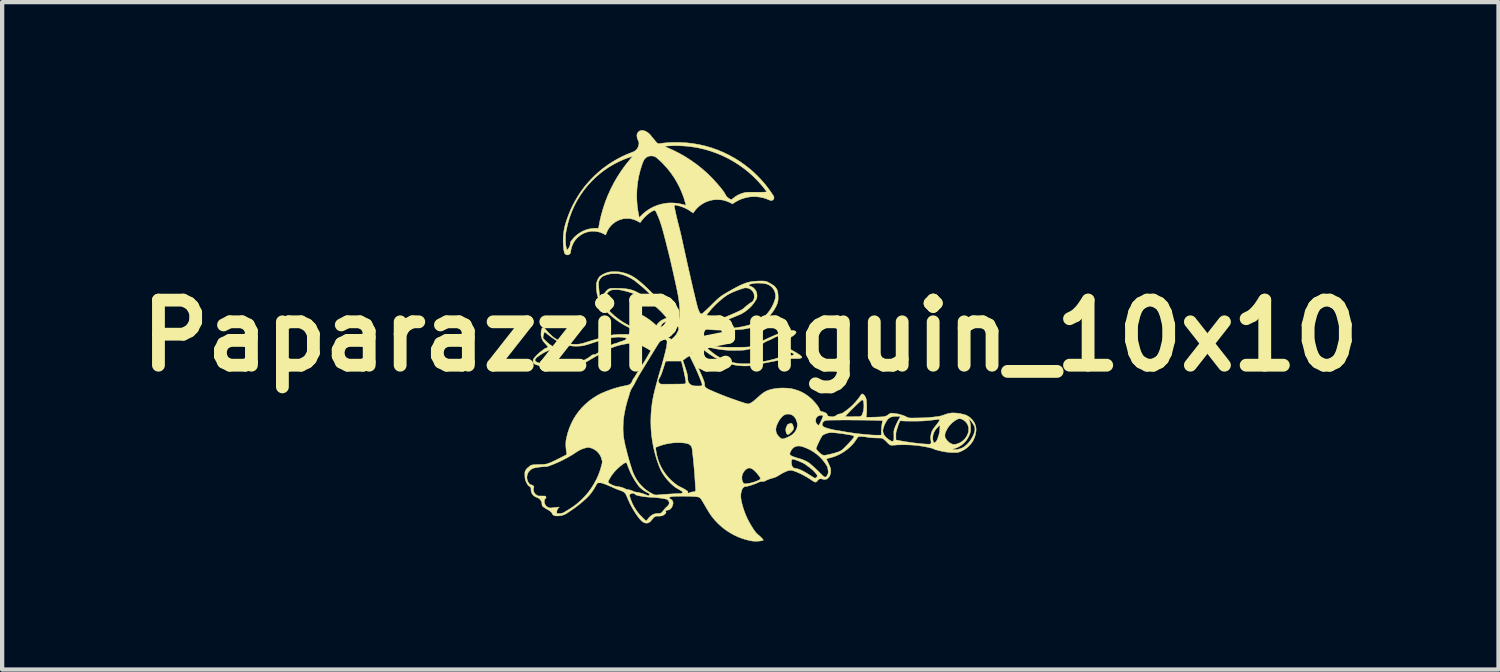
<source format=kicad_pcb>
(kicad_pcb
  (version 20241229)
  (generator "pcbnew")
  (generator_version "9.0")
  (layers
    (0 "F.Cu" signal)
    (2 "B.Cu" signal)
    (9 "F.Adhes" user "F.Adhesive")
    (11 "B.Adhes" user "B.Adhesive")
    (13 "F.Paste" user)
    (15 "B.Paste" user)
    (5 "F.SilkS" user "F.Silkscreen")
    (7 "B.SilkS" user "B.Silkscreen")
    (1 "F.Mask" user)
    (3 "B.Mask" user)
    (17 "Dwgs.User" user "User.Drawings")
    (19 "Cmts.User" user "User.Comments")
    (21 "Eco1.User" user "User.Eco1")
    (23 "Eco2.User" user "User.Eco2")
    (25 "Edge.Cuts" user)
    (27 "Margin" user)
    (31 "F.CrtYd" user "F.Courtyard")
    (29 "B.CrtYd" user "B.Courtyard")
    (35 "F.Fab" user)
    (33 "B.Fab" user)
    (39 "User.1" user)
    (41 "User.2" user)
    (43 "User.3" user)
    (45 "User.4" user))
  (footprint "PaparazziPenguin_10x10"
    (layer "F.Cu")
    (at 14.522 4.813)
    (property "Reference" "PaparazziPenguin_10x10" (at 0 0 0) (layer "F.SilkS") (effects (font (size 1.524 1.524) (thickness 0.3))))
    (attr through_hole)
    (fp_poly (pts (xy 0.964 2.052) (xy 0.976 2.059) (xy 0.987 2.074) (xy 0.996 2.096) (xy 1.003 2.115) (xy 1.009 2.135) (xy 1.013 2.149) (xy 1.015 2.159) (xy 1.014 2.168) (xy 1.013 2.177) (xy 1.012 2.179) (xy 1.005 2.197) (xy 0.993 2.217) (xy 0.976 2.238) (xy 0.951 2.264) (xy 0.95 2.265) (xy 0.931 2.283) (xy 0.916 2.296) (xy 0.905 2.304) (xy 0.896 2.309) (xy 0.887 2.311) (xy 0.88 2.311) (xy 0.867 2.31) (xy 0.857 2.303) (xy 0.855 2.3) (xy 0.846 2.283) (xy 0.838 2.26) (xy 0.832 2.233) (xy 0.83 2.206) (xy 0.831 2.195) (xy 0.832 2.179) (xy 0.834 2.166) (xy 0.838 2.153) (xy 0.844 2.138) (xy 0.853 2.119) (xy 0.874 2.076) (xy 0.906 2.063) (xy 0.93 2.054) (xy 0.949 2.05) (xy 0.964 2.052)) (stroke (width 0.01) (type solid)) (fill yes) (layer "F.SilkS"))
    (fp_poly (pts (xy -2.518 -4.807) (xy -2.492 -4.803) (xy -2.469 -4.796) (xy -2.421 -4.771) (xy -2.379 -4.741) (xy -2.343 -4.705) (xy -2.325 -4.683) (xy -2.317 -4.671) (xy -2.304 -4.655) (xy -2.287 -4.635) (xy -2.268 -4.612) (xy -2.248 -4.589) (xy -2.238 -4.576) (xy -2.217 -4.552) (xy -2.2 -4.533) (xy -2.187 -4.519) (xy -2.176 -4.509) (xy -2.165 -4.503) (xy -2.153 -4.5) (xy -2.139 -4.499) (xy -2.121 -4.501) (xy -2.098 -4.504) (xy -2.07 -4.508) (xy -2.03 -4.513) (xy -1.993 -4.517) (xy -1.959 -4.52) (xy -1.924 -4.523) (xy -1.888 -4.525) (xy -1.848 -4.527) (xy -1.802 -4.528) (xy -1.789 -4.528) (xy -1.638 -4.527) (xy -1.489 -4.518) (xy -1.341 -4.501) (xy -1.195 -4.476) (xy -1.051 -4.443) (xy -0.909 -4.401) (xy -0.77 -4.352) (xy -0.633 -4.295) (xy -0.499 -4.23) (xy -0.369 -4.158) (xy -0.242 -4.079) (xy -0.119 -3.991) (xy 0.000302 -3.897) (xy 0.013 -3.887) (xy 0.032 -3.87) (xy 0.055 -3.849) (xy 0.081 -3.826) (xy 0.107 -3.801) (xy 0.132 -3.776) (xy 0.141 -3.768) (xy 0.202 -3.707) (xy 0.257 -3.649) (xy 0.309 -3.59) (xy 0.358 -3.531) (xy 0.407 -3.468) (xy 0.456 -3.401) (xy 0.5 -3.338) (xy 0.517 -3.312) (xy 0.53 -3.293) (xy 0.54 -3.278) (xy 0.546 -3.266) (xy 0.55 -3.257) (xy 0.552 -3.249) (xy 0.554 -3.241) (xy 0.554 -3.24) (xy 0.552 -3.216) (xy 0.544 -3.196) (xy 0.529 -3.181) (xy 0.523 -3.177) (xy 0.509 -3.17) (xy 0.495 -3.167) (xy 0.48 -3.168) (xy 0.461 -3.173) (xy 0.437 -3.182) (xy 0.43 -3.185) (xy 0.357 -3.214) (xy 0.284 -3.235) (xy 0.207 -3.249) (xy 0.148 -3.256) (xy 0.072 -3.258) (xy -0.005 -3.253) (xy -0.082 -3.24) (xy -0.159 -3.219) (xy -0.234 -3.193) (xy -0.305 -3.159) (xy -0.372 -3.119) (xy -0.377 -3.117) (xy -0.421 -3.087) (xy -0.438 -3.098) (xy -0.467 -3.114) (xy -0.502 -3.13) (xy -0.541 -3.146) (xy -0.582 -3.16) (xy -0.622 -3.172) (xy -0.643 -3.177) (xy -0.668 -3.181) (xy -0.698 -3.184) (xy -0.733 -3.186) (xy -0.769 -3.187) (xy -0.804 -3.187) (xy -0.837 -3.185) (xy -0.865 -3.183) (xy -0.873 -3.182) (xy -0.948 -3.165) (xy -1.019 -3.142) (xy -1.086 -3.11) (xy -1.149 -3.072) (xy -1.208 -3.027) (xy -1.261 -2.975) (xy -1.309 -2.917) (xy -1.321 -2.901) (xy -1.33 -2.888) (xy -1.337 -2.879) (xy -1.341 -2.875) (xy -1.341 -2.874) (xy -1.345 -2.877) (xy -1.354 -2.883) (xy -1.366 -2.892) (xy -1.367 -2.893) (xy -1.431 -2.937) (xy -1.499 -2.976) (xy -1.57 -3.008) (xy -1.642 -3.034) (xy -1.714 -3.052) (xy -1.732 -3.056) (xy -1.752 -3.059) (xy -1.764 -3.06) (xy -1.772 -3.06) (xy -1.777 -3.058) (xy -1.78 -3.056) (xy -1.781 -3.05) (xy -1.78 -3.036) (xy -1.777 -3.016) (xy -1.772 -2.988) (xy -1.765 -2.955) (xy -1.757 -2.916) (xy -1.748 -2.872) (xy -1.737 -2.824) (xy -1.725 -2.773) (xy -1.712 -2.718) (xy -1.698 -2.66) (xy -1.683 -2.6) (xy -1.667 -2.539) (xy -1.657 -2.501) (xy -1.651 -2.477) (xy -1.644 -2.446) (xy -1.635 -2.41) (xy -1.626 -2.37) (xy -1.616 -2.328) (xy -1.607 -2.285) (xy -1.597 -2.243) (xy -1.596 -2.237) (xy -1.57 -2.118) (xy -1.545 -2.002) (xy -1.519 -1.888) (xy -1.495 -1.776) (xy -1.471 -1.668) (xy -1.447 -1.563) (xy -1.424 -1.462) (xy -1.402 -1.365) (xy -1.381 -1.272) (xy -1.361 -1.184) (xy -1.342 -1.101) (xy -1.323 -1.024) (xy -1.306 -0.952) (xy -1.29 -0.886) (xy -1.276 -0.826) (xy -1.263 -0.773) (xy -1.251 -0.727) (xy -1.241 -0.688) (xy -1.232 -0.657) (xy -1.225 -0.634) (xy -1.225 -0.633) (xy -1.216 -0.609) (xy -1.206 -0.585) (xy -1.195 -0.562) (xy -1.185 -0.542) (xy -1.175 -0.528) (xy -1.17 -0.522) (xy -1.155 -0.514) (xy -1.139 -0.513) (xy -1.126 -0.519) (xy -1.117 -0.526) (xy -1.103 -0.539) (xy -1.084 -0.555) (xy -1.062 -0.576) (xy -1.037 -0.599) (xy -1.01 -0.624) (xy -0.982 -0.651) (xy -0.953 -0.678) (xy -0.925 -0.706) (xy -0.898 -0.732) (xy -0.873 -0.757) (xy -0.872 -0.758) (xy -0.84 -0.79) (xy -0.81 -0.818) (xy -0.783 -0.844) (xy -0.757 -0.867) (xy -0.732 -0.889) (xy -0.707 -0.909) (xy -0.68 -0.929) (xy -0.652 -0.948) (xy -0.621 -0.968) (xy -0.587 -0.989) (xy -0.548 -1.012) (xy -0.504 -1.037) (xy -0.455 -1.065) (xy -0.4 -1.096) (xy -0.335 -1.131) (xy -0.276 -1.162) (xy -0.221 -1.188) (xy -0.17 -1.21) (xy -0.122 -1.229) (xy -0.076 -1.244) (xy -0.03 -1.256) (xy 0.016 -1.266) (xy 0.064 -1.273) (xy 0.114 -1.277) (xy 0.168 -1.28) (xy 0.208 -1.282) (xy 0.25 -1.282) (xy 0.284 -1.282) (xy 0.313 -1.281) (xy 0.337 -1.279) (xy 0.359 -1.275) (xy 0.379 -1.269) (xy 0.4 -1.261) (xy 0.422 -1.25) (xy 0.447 -1.236) (xy 0.471 -1.223) (xy 0.501 -1.205) (xy 0.525 -1.19) (xy 0.544 -1.177) (xy 0.559 -1.165) (xy 0.573 -1.152) (xy 0.579 -1.146) (xy 0.6 -1.12) (xy 0.617 -1.094) (xy 0.63 -1.065) (xy 0.639 -1.032) (xy 0.646 -0.995) (xy 0.65 -0.951) (xy 0.651 -0.924) (xy 0.651 -0.89) (xy 0.651 -0.859) (xy 0.649 -0.833) (xy 0.648 -0.821) (xy 0.639 -0.782) (xy 0.625 -0.739) (xy 0.605 -0.694) (xy 0.58 -0.647) (xy 0.552 -0.599) (xy 0.52 -0.553) (xy 0.486 -0.51) (xy 0.468 -0.49) (xy 0.448 -0.47) (xy 0.429 -0.45) (xy 0.41 -0.433) (xy 0.393 -0.419) (xy 0.381 -0.41) (xy 0.374 -0.406) (xy 0.368 -0.402) (xy 0.357 -0.392) (xy 0.345 -0.379) (xy 0.335 -0.369) (xy 0.311 -0.343) (xy 0.288 -0.32) (xy 0.265 -0.301) (xy 0.239 -0.284) (xy 0.21 -0.268) (xy 0.177 -0.252) (xy 0.137 -0.235) (xy 0.118 -0.227) (xy 0.075 -0.211) (xy 0.032 -0.197) (xy -0.011 -0.184) (xy -0.056 -0.173) (xy -0.103 -0.164) (xy -0.153 -0.156) (xy -0.207 -0.149) (xy -0.266 -0.144) (xy -0.329 -0.14) (xy -0.399 -0.137) (xy -0.476 -0.134) (xy -0.555 -0.133) (xy -0.644 -0.132) (xy -0.728 -0.133) (xy -0.808 -0.135) (xy -0.888 -0.139) (xy -0.969 -0.145) (xy -1.055 -0.152) (xy -1.102 -0.157) (xy -1.126 -0.159) (xy -1.143 -0.16) (xy -1.153 -0.159) (xy -1.156 -0.158) (xy -1.159 -0.152) (xy -1.163 -0.14) (xy -1.168 -0.123) (xy -1.174 -0.102) (xy -1.179 -0.081) (xy -1.184 -0.059) (xy -1.188 -0.04) (xy -1.189 -0.034) (xy -1.192 -0.003) (xy -1.186 0.027) (xy -1.174 0.055) (xy -1.153 0.082) (xy -1.125 0.109) (xy -1.088 0.136) (xy -1.07 0.147) (xy -0.997 0.186) (xy -0.923 0.217) (xy -0.848 0.24) (xy -0.771 0.256) (xy -0.72 0.262) (xy -0.706 0.263) (xy -0.685 0.264) (xy -0.658 0.265) (xy -0.626 0.266) (xy -0.59 0.267) (xy -0.55 0.268) (xy -0.508 0.269) (xy -0.472 0.269) (xy -0.409 0.27) (xy -0.348 0.27) (xy -0.289 0.27) (xy -0.234 0.269) (xy -0.183 0.268) (xy -0.137 0.267) (xy -0.096 0.265) (xy -0.061 0.263) (xy -0.032 0.261) (xy -0.011 0.258) (xy -0.002 0.256) (xy 0.007 0.253) (xy 0.023 0.246) (xy 0.044 0.236) (xy 0.07 0.224) (xy 0.1 0.21) (xy 0.133 0.194) (xy 0.167 0.178) (xy 0.184 0.169) (xy 0.27 0.127) (xy 0.351 0.088) (xy 0.427 0.052) (xy 0.5 0.02) (xy 0.572 -0.011) (xy 0.612 -0.028) (xy 0.644 -0.042) (xy 0.67 -0.052) (xy 0.693 -0.061) (xy 0.714 -0.068) (xy 0.735 -0.074) (xy 0.759 -0.081) (xy 0.783 -0.087) (xy 0.807 -0.093) (xy 0.834 -0.101) (xy 0.859 -0.108) (xy 0.868 -0.111) (xy 0.886 -0.117) (xy 0.9 -0.121) (xy 0.914 -0.123) (xy 0.931 -0.124) (xy 0.951 -0.125) (xy 0.961 -0.125) (xy 0.984 -0.125) (xy 1.001 -0.124) (xy 1.015 -0.122) (xy 1.026 -0.119) (xy 1.038 -0.115) (xy 1.039 -0.114) (xy 1.057 -0.105) (xy 1.068 -0.094) (xy 1.071 -0.081) (xy 1.07 -0.071) (xy 1.064 -0.059) (xy 1.053 -0.045) (xy 1.038 -0.03) (xy 1.022 -0.015) (xy 1.005 -0.003) (xy 1.001 -0.00014) (xy 0.965 0.023) (xy 0.933 0.047) (xy 0.904 0.075) (xy 0.875 0.107) (xy 0.853 0.138) (xy 0.837 0.167) (xy 0.828 0.194) (xy 0.826 0.219) (xy 0.831 0.241) (xy 0.844 0.259) (xy 0.844 0.26) (xy 0.851 0.265) (xy 0.865 0.274) (xy 0.884 0.286) (xy 0.907 0.3) (xy 0.933 0.315) (xy 0.962 0.332) (xy 0.974 0.339) (xy 1.027 0.369) (xy 1.072 0.395) (xy 1.11 0.419) (xy 1.142 0.439) (xy 1.166 0.457) (xy 1.185 0.473) (xy 1.198 0.486) (xy 1.205 0.497) (xy 1.207 0.506) (xy 1.204 0.513) (xy 1.201 0.516) (xy 1.194 0.519) (xy 1.182 0.524) (xy 1.168 0.528) (xy 1.157 0.531) (xy 1.146 0.532) (xy 1.132 0.534) (xy 1.115 0.534) (xy 1.092 0.535) (xy 1.063 0.534) (xy 1.05 0.534) (xy 1.011 0.534) (xy 0.97 0.535) (xy 0.929 0.536) (xy 0.888 0.537) (xy 0.85 0.539) (xy 0.815 0.541) (xy 0.784 0.543) (xy 0.76 0.546) (xy 0.744 0.548) (xy 0.725 0.553) (xy 0.702 0.559) (xy 0.68 0.565) (xy 0.675 0.567) (xy 0.663 0.571) (xy 0.651 0.575) (xy 0.64 0.578) (xy 0.629 0.581) (xy 0.615 0.584) (xy 0.599 0.587) (xy 0.579 0.591) (xy 0.554 0.596) (xy 0.523 0.602) (xy 0.485 0.609) (xy 0.472 0.611) (xy 0.433 0.619) (xy 0.39 0.627) (xy 0.345 0.636) (xy 0.302 0.645) (xy 0.262 0.653) (xy 0.239 0.658) (xy 0.183 0.67) (xy 0.134 0.68) (xy 0.09 0.688) (xy 0.051 0.695) (xy 0.015 0.699) (xy -0.019 0.703) (xy -0.052 0.705) (xy -0.085 0.706) (xy -0.12 0.706) (xy -0.157 0.706) (xy -0.165 0.706) (xy -0.217 0.703) (xy -0.263 0.7) (xy -0.305 0.695) (xy -0.345 0.689) (xy -0.387 0.68) (xy -0.41 0.675) (xy -0.523 0.643) (xy -0.633 0.604) (xy -0.741 0.556) (xy -0.845 0.501) (xy -0.944 0.439) (xy -1.04 0.37) (xy -1.13 0.295) (xy -1.132 0.294) (xy -0.998 0.294) (xy -0.996 0.299) (xy -0.991 0.306) (xy -0.98 0.316) (xy -0.969 0.327) (xy -0.89 0.394) (xy -0.808 0.455) (xy -0.722 0.507) (xy -0.634 0.552) (xy -0.542 0.589) (xy -0.447 0.618) (xy -0.35 0.639) (xy -0.25 0.652) (xy -0.233 0.653) (xy -0.214 0.654) (xy -0.188 0.655) (xy -0.157 0.655) (xy -0.124 0.655) (xy -0.09 0.655) (xy -0.058 0.655) (xy -0.028 0.654) (xy -0.003 0.653) (xy 0.013 0.652) (xy 0.075 0.645) (xy 0.136 0.636) (xy 0.191 0.626) (xy 0.207 0.623) (xy 0.23 0.618) (xy 0.257 0.613) (xy 0.287 0.608) (xy 0.317 0.602) (xy 0.322 0.601) (xy 0.361 0.594) (xy 0.403 0.585) (xy 0.445 0.575) (xy 0.487 0.565) (xy 0.527 0.555) (xy 0.563 0.546) (xy 0.593 0.537) (xy 0.609 0.532) (xy 0.64 0.521) (xy 0.669 0.513) (xy 0.699 0.505) (xy 0.729 0.499) (xy 0.763 0.493) (xy 0.803 0.487) (xy 0.848 0.481) (xy 0.849 0.48) (xy 0.895 0.474) (xy 0.933 0.469) (xy 0.963 0.463) (xy 0.987 0.457) (xy 1.004 0.451) (xy 1.014 0.445) (xy 1.019 0.438) (xy 1.019 0.43) (xy 1.014 0.422) (xy 1.013 0.42) (xy 1.005 0.414) (xy 0.989 0.407) (xy 0.968 0.398) (xy 0.943 0.389) (xy 0.914 0.379) (xy 0.882 0.37) (xy 0.876 0.368) (xy 0.847 0.359) (xy 0.825 0.352) (xy 0.809 0.345) (xy 0.797 0.337) (xy 0.789 0.33) (xy 0.776 0.311) (xy 0.767 0.288) (xy 0.762 0.265) (xy 0.762 0.26) (xy 0.764 0.239) (xy 0.771 0.212) (xy 0.781 0.181) (xy 0.795 0.147) (xy 0.811 0.112) (xy 0.83 0.075) (xy 0.85 0.04) (xy 0.867 0.012) (xy 0.882 -0.011) (xy 0.891 -0.027) (xy 0.896 -0.039) (xy 0.896 -0.046) (xy 0.893 -0.051) (xy 0.887 -0.053) (xy 0.875 -0.054) (xy 0.856 -0.052) (xy 0.832 -0.047) (xy 0.803 -0.04) (xy 0.771 -0.032) (xy 0.737 -0.022) (xy 0.702 -0.011) (xy 0.668 0.000322) (xy 0.634 0.012) (xy 0.604 0.024) (xy 0.577 0.035) (xy 0.555 0.046) (xy 0.542 0.053) (xy 0.522 0.064) (xy 0.496 0.078) (xy 0.467 0.091) (xy 0.438 0.104) (xy 0.419 0.112) (xy 0.383 0.127) (xy 0.349 0.145) (xy 0.314 0.165) (xy 0.29 0.181) (xy 0.236 0.213) (xy 0.176 0.243) (xy 0.111 0.27) (xy 0.043 0.294) (xy -0.027 0.313) (xy -0.097 0.328) (xy -0.144 0.335) (xy -0.164 0.336) (xy -0.191 0.338) (xy -0.224 0.339) (xy -0.262 0.341) (xy -0.302 0.341) (xy -0.343 0.342) (xy -0.385 0.342) (xy -0.425 0.342) (xy -0.462 0.342) (xy -0.496 0.341) (xy -0.524 0.34) (xy -0.532 0.339) (xy -0.587 0.335) (xy -0.643 0.329) (xy -0.698 0.322) (xy -0.75 0.315) (xy -0.799 0.307) (xy -0.842 0.298) (xy -0.872 0.291) (xy -0.895 0.286) (xy -0.919 0.283) (xy -0.942 0.281) (xy -0.963 0.281) (xy -0.981 0.283) (xy -0.992 0.286) (xy -0.996 0.289) (xy -0.998 0.294) (xy -1.132 0.294) (xy -1.176 0.252) (xy -1.195 0.234) (xy -1.208 0.222) (xy -1.218 0.214) (xy -1.225 0.21) (xy -1.229 0.209) (xy -1.231 0.21) (xy -1.238 0.216) (xy -1.249 0.227) (xy -1.263 0.242) (xy -1.28 0.261) (xy -1.297 0.281) (xy -1.315 0.302) (xy -1.332 0.323) (xy -1.347 0.342) (xy -1.351 0.346) (xy -1.365 0.366) (xy -1.377 0.384) (xy -1.384 0.398) (xy -1.387 0.404) (xy -1.387 0.411) (xy -1.386 0.419) (xy -1.383 0.429) (xy -1.376 0.442) (xy -1.367 0.461) (xy -1.359 0.475) (xy -1.332 0.526) (xy -1.304 0.581) (xy -1.276 0.638) (xy -1.247 0.697) (xy -1.219 0.755) (xy -1.192 0.813) (xy -1.167 0.868) (xy -1.144 0.921) (xy -1.123 0.968) (xy -1.106 1.011) (xy -1.096 1.035) (xy -1.087 1.06) (xy -1.081 1.08) (xy -1.076 1.096) (xy -1.074 1.111) (xy -1.072 1.128) (xy -1.071 1.137) (xy -1.069 1.162) (xy -1.065 1.182) (xy -1.061 1.193) (xy -1.052 1.205) (xy -1.036 1.219) (xy -1.014 1.234) (xy -0.991 1.248) (xy -0.978 1.255) (xy -0.958 1.264) (xy -0.932 1.276) (xy -0.901 1.289) (xy -0.866 1.304) (xy -0.828 1.321) (xy -0.788 1.337) (xy -0.747 1.354) (xy -0.706 1.371) (xy -0.665 1.387) (xy -0.627 1.402) (xy -0.622 1.404) (xy -0.574 1.423) (xy -0.523 1.442) (xy -0.472 1.461) (xy -0.421 1.479) (xy -0.371 1.497) (xy -0.321 1.514) (xy -0.274 1.531) (xy -0.229 1.546) (xy -0.188 1.559) (xy -0.151 1.571) (xy -0.119 1.581) (xy -0.092 1.588) (xy -0.071 1.593) (xy -0.058 1.596) (xy -0.055 1.596) (xy -0.034 1.593) (xy -0.008 1.583) (xy 0.021 1.568) (xy 0.053 1.547) (xy 0.087 1.521) (xy 0.123 1.491) (xy 0.133 1.482) (xy 0.176 1.443) (xy 0.214 1.409) (xy 0.247 1.381) (xy 0.277 1.357) (xy 0.303 1.337) (xy 0.328 1.321) (xy 0.351 1.307) (xy 0.359 1.303) (xy 0.409 1.28) (xy 0.466 1.261) (xy 0.528 1.246) (xy 0.597 1.235) (xy 0.67 1.227) (xy 0.746 1.224) (xy 0.802 1.225) (xy 0.853 1.227) (xy 0.899 1.23) (xy 0.94 1.235) (xy 0.98 1.243) (xy 1.021 1.253) (xy 1.066 1.266) (xy 1.079 1.271) (xy 1.148 1.295) (xy 1.211 1.324) (xy 1.271 1.357) (xy 1.329 1.396) (xy 1.388 1.441) (xy 1.42 1.469) (xy 1.445 1.492) (xy 1.471 1.518) (xy 1.497 1.547) (xy 1.523 1.575) (xy 1.546 1.604) (xy 1.568 1.632) (xy 1.586 1.658) (xy 1.601 1.681) (xy 1.611 1.699) (xy 1.615 1.713) (xy 1.615 1.714) (xy 1.623 1.736) (xy 1.636 1.757) (xy 1.647 1.766) (xy 1.656 1.77) (xy 1.671 1.775) (xy 1.688 1.779) (xy 1.69 1.78) (xy 1.715 1.786) (xy 1.739 1.795) (xy 1.761 1.806) (xy 1.779 1.817) (xy 1.789 1.827) (xy 1.797 1.84) (xy 1.803 1.854) (xy 1.803 1.855) (xy 1.808 1.867) (xy 1.816 1.876) (xy 1.829 1.882) (xy 1.847 1.887) (xy 1.86 1.89) (xy 1.9 1.896) (xy 1.933 1.897) (xy 1.961 1.893) (xy 1.963 1.892) (xy 2.218 1.892) (xy 2.249 1.894) (xy 2.26 1.894) (xy 2.279 1.894) (xy 2.304 1.895) (xy 2.334 1.895) (xy 2.367 1.895) (xy 2.402 1.895) (xy 2.422 1.894) (xy 2.461 1.894) (xy 2.492 1.894) (xy 2.517 1.893) (xy 2.536 1.893) (xy 2.55 1.892) (xy 2.561 1.891) (xy 2.569 1.889) (xy 2.575 1.888) (xy 2.581 1.886) (xy 2.583 1.884) (xy 2.597 1.876) (xy 2.608 1.865) (xy 2.618 1.851) (xy 2.626 1.831) (xy 2.633 1.809) (xy 2.646 1.762) (xy 2.654 1.719) (xy 2.658 1.675) (xy 2.659 1.646) (xy 2.658 1.604) (xy 2.655 1.57) (xy 2.65 1.542) (xy 2.644 1.522) (xy 2.635 1.51) (xy 2.632 1.507) (xy 2.623 1.503) (xy 2.615 1.504) (xy 2.608 1.507) (xy 2.6 1.513) (xy 2.586 1.524) (xy 2.567 1.541) (xy 2.545 1.561) (xy 2.519 1.585) (xy 2.491 1.612) (xy 2.461 1.641) (xy 2.43 1.671) (xy 2.398 1.703) (xy 2.366 1.735) (xy 2.335 1.766) (xy 2.306 1.797) (xy 2.279 1.825) (xy 2.257 1.849) (xy 2.218 1.892) (xy 1.963 1.892) (xy 1.985 1.883) (xy 2.005 1.87) (xy 2.028 1.854) (xy 2.055 1.841) (xy 2.082 1.833) (xy 2.083 1.833) (xy 2.107 1.828) (xy 2.125 1.823) (xy 2.14 1.818) (xy 2.153 1.813) (xy 2.167 1.805) (xy 2.178 1.798) (xy 2.257 1.743) (xy 2.333 1.682) (xy 2.405 1.615) (xy 2.472 1.543) (xy 2.532 1.469) (xy 2.57 1.416) (xy 2.584 1.395) (xy 2.595 1.38) (xy 2.603 1.371) (xy 2.61 1.365) (xy 2.617 1.363) (xy 2.62 1.363) (xy 2.635 1.367) (xy 2.651 1.378) (xy 2.668 1.394) (xy 2.683 1.415) (xy 2.697 1.439) (xy 2.708 1.465) (xy 2.713 1.484) (xy 2.717 1.509) (xy 2.721 1.542) (xy 2.723 1.58) (xy 2.725 1.621) (xy 2.726 1.666) (xy 2.726 1.711) (xy 2.726 1.756) (xy 2.724 1.799) (xy 2.722 1.839) (xy 2.718 1.874) (xy 2.715 1.894) (xy 2.713 1.91) (xy 2.841 1.907) (xy 2.899 1.906) (xy 2.949 1.904) (xy 2.992 1.903) (xy 3.029 1.901) (xy 3.06 1.9) (xy 3.085 1.898) (xy 3.106 1.896) (xy 3.124 1.894) (xy 3.138 1.891) (xy 3.149 1.888) (xy 3.178 1.879) (xy 3.202 1.868) (xy 3.223 1.854) (xy 3.236 1.844) (xy 3.251 1.832) (xy 3.268 1.823) (xy 3.278 1.818) (xy 3.287 1.816) (xy 3.296 1.814) (xy 3.305 1.813) (xy 3.318 1.813) (xy 3.335 1.815) (xy 3.358 1.817) (xy 3.362 1.818) (xy 3.39 1.821) (xy 3.42 1.825) (xy 3.449 1.83) (xy 3.473 1.835) (xy 3.474 1.835) (xy 3.499 1.842) (xy 3.527 1.85) (xy 3.555 1.859) (xy 3.583 1.869) (xy 3.609 1.878) (xy 3.63 1.887) (xy 3.646 1.895) (xy 3.65 1.898) (xy 3.662 1.904) (xy 3.678 1.911) (xy 3.695 1.918) (xy 3.703 1.92) (xy 3.71 1.922) (xy 3.718 1.923) (xy 3.726 1.925) (xy 3.737 1.925) (xy 3.751 1.926) (xy 3.769 1.926) (xy 3.792 1.926) (xy 3.821 1.926) (xy 3.856 1.925) (xy 3.898 1.925) (xy 3.95 1.924) (xy 3.995 1.923) (xy 4.034 1.922) (xy 4.07 1.921) (xy 4.104 1.919) (xy 4.138 1.917) (xy 4.173 1.914) (xy 4.211 1.911) (xy 4.253 1.907) (xy 4.291 1.903) (xy 4.333 1.898) (xy 4.369 1.894) (xy 4.399 1.89) (xy 4.426 1.885) (xy 4.45 1.88) (xy 4.475 1.873) (xy 4.501 1.865) (xy 4.53 1.855) (xy 4.564 1.843) (xy 4.606 1.829) (xy 4.646 1.819) (xy 4.684 1.812) (xy 4.724 1.808) (xy 4.767 1.808) (xy 4.816 1.81) (xy 4.837 1.812) (xy 4.865 1.815) (xy 4.897 1.82) (xy 4.93 1.826) (xy 4.964 1.834) (xy 4.996 1.841) (xy 5.023 1.849) (xy 5.045 1.856) (xy 5.049 1.858) (xy 5.096 1.882) (xy 5.14 1.912) (xy 5.179 1.948) (xy 5.213 1.988) (xy 5.242 2.031) (xy 5.264 2.078) (xy 5.279 2.126) (xy 5.287 2.176) (xy 5.287 2.197) (xy 5.284 2.248) (xy 5.274 2.302) (xy 5.259 2.356) (xy 5.238 2.41) (xy 5.214 2.46) (xy 5.198 2.485) (xy 5.164 2.532) (xy 5.123 2.577) (xy 5.078 2.619) (xy 5.031 2.654) (xy 5.025 2.658) (xy 5 2.673) (xy 4.972 2.688) (xy 4.943 2.702) (xy 4.914 2.715) (xy 4.889 2.724) (xy 4.873 2.728) (xy 4.852 2.732) (xy 4.826 2.734) (xy 4.794 2.735) (xy 4.758 2.735) (xy 4.721 2.734) (xy 4.683 2.733) (xy 4.653 2.73) (xy 4.606 2.725) (xy 4.555 2.718) (xy 4.504 2.708) (xy 4.454 2.698) (xy 4.405 2.686) (xy 4.362 2.674) (xy 4.324 2.662) (xy 4.309 2.656) (xy 4.305 2.655) (xy 4.737 2.655) (xy 4.741 2.658) (xy 4.751 2.661) (xy 4.766 2.664) (xy 4.783 2.666) (xy 4.797 2.667) (xy 4.813 2.666) (xy 4.833 2.664) (xy 4.854 2.661) (xy 4.856 2.66) (xy 4.907 2.647) (xy 4.956 2.629) (xy 5.001 2.604) (xy 5.044 2.572) (xy 5.086 2.533) (xy 5.127 2.486) (xy 5.146 2.461) (xy 5.171 2.424) (xy 5.195 2.384) (xy 5.216 2.343) (xy 5.234 2.301) (xy 5.247 2.262) (xy 5.256 2.226) (xy 5.257 2.218) (xy 5.26 2.191) (xy 5.259 2.165) (xy 5.254 2.141) (xy 5.245 2.115) (xy 5.23 2.087) (xy 5.211 2.055) (xy 5.203 2.043) (xy 5.193 2.029) (xy 5.181 2.013) (xy 5.167 1.996) (xy 5.153 1.979) (xy 5.139 1.963) (xy 5.128 1.951) (xy 5.119 1.942) (xy 5.114 1.939) (xy 5.114 1.939) (xy 5.114 1.942) (xy 5.117 1.952) (xy 5.122 1.966) (xy 5.125 1.974) (xy 5.137 2.004) (xy 5.145 2.032) (xy 5.151 2.059) (xy 5.155 2.087) (xy 5.157 2.118) (xy 5.158 2.156) (xy 5.158 2.163) (xy 5.158 2.191) (xy 5.158 2.212) (xy 5.157 2.228) (xy 5.156 2.241) (xy 5.153 2.252) (xy 5.15 2.264) (xy 5.146 2.278) (xy 5.144 2.284) (xy 5.118 2.349) (xy 5.085 2.41) (xy 5.046 2.464) (xy 5.001 2.513) (xy 4.95 2.557) (xy 4.897 2.591) (xy 4.874 2.603) (xy 4.847 2.616) (xy 4.819 2.628) (xy 4.791 2.638) (xy 4.768 2.645) (xy 4.761 2.646) (xy 4.748 2.649) (xy 4.74 2.653) (xy 4.737 2.655) (xy 4.305 2.655) (xy 4.283 2.646) (xy 4.262 2.638) (xy 4.244 2.632) (xy 4.226 2.627) (xy 4.204 2.622) (xy 4.18 2.616) (xy 4.087 2.597) (xy 3.996 2.582) (xy 3.906 2.57) (xy 3.815 2.561) (xy 3.719 2.556) (xy 3.643 2.554) (xy 3.595 2.553) (xy 3.554 2.553) (xy 3.518 2.554) (xy 3.484 2.555) (xy 3.45 2.556) (xy 3.415 2.558) (xy 3.409 2.559) (xy 3.38 2.561) (xy 3.353 2.562) (xy 3.329 2.563) (xy 3.31 2.564) (xy 3.297 2.564) (xy 3.293 2.563) (xy 3.273 2.556) (xy 3.251 2.542) (xy 3.226 2.521) (xy 3.203 2.497) (xy 3.187 2.479) (xy 3.167 2.46) (xy 3.146 2.442) (xy 3.126 2.425) (xy 3.108 2.411) (xy 3.093 2.402) (xy 3.087 2.4) (xy 3.078 2.398) (xy 3.065 2.397) (xy 3.046 2.396) (xy 3.021 2.395) (xy 2.989 2.394) (xy 2.981 2.394) (xy 2.936 2.393) (xy 2.896 2.391) (xy 2.857 2.389) (xy 2.817 2.385) (xy 2.774 2.38) (xy 2.726 2.373) (xy 2.715 2.371) (xy 2.687 2.367) (xy 2.656 2.364) (xy 2.625 2.361) (xy 2.605 2.36) (xy 2.578 2.359) (xy 2.557 2.359) (xy 2.541 2.362) (xy 2.528 2.368) (xy 2.516 2.378) (xy 2.504 2.393) (xy 2.49 2.414) (xy 2.481 2.427) (xy 2.457 2.463) (xy 2.435 2.494) (xy 2.412 2.522) (xy 2.388 2.549) (xy 2.359 2.579) (xy 2.347 2.591) (xy 2.278 2.652) (xy 2.203 2.708) (xy 2.124 2.757) (xy 2.04 2.799) (xy 1.975 2.826) (xy 1.956 2.832) (xy 1.931 2.84) (xy 1.903 2.848) (xy 1.875 2.856) (xy 1.861 2.86) (xy 1.837 2.866) (xy 1.816 2.872) (xy 1.799 2.877) (xy 1.789 2.881) (xy 1.785 2.884) (xy 1.785 2.89) (xy 1.789 2.903) (xy 1.797 2.922) (xy 1.803 2.933) (xy 1.817 2.962) (xy 1.831 2.992) (xy 1.845 3.022) (xy 1.857 3.051) (xy 1.867 3.076) (xy 1.874 3.096) (xy 1.878 3.107) (xy 1.882 3.13) (xy 1.883 3.157) (xy 1.883 3.187) (xy 1.881 3.214) (xy 1.877 3.231) (xy 1.865 3.265) (xy 1.849 3.297) (xy 1.828 3.324) (xy 1.805 3.345) (xy 1.783 3.358) (xy 1.757 3.365) (xy 1.728 3.366) (xy 1.699 3.36) (xy 1.692 3.358) (xy 1.663 3.35) (xy 1.638 3.35) (xy 1.618 3.355) (xy 1.607 3.361) (xy 1.595 3.37) (xy 1.583 3.381) (xy 1.574 3.39) (xy 1.571 3.397) (xy 1.571 3.397) (xy 1.567 3.405) (xy 1.558 3.413) (xy 1.547 3.421) (xy 1.535 3.426) (xy 1.532 3.427) (xy 1.523 3.428) (xy 1.513 3.425) (xy 1.5 3.42) (xy 1.488 3.414) (xy 1.47 3.404) (xy 1.452 3.393) (xy 1.438 3.383) (xy 1.408 3.363) (xy 1.373 3.34) (xy 1.334 3.316) (xy 1.292 3.292) (xy 1.249 3.268) (xy 1.208 3.246) (xy 1.169 3.227) (xy 1.149 3.218) (xy 1.101 3.197) (xy 1.059 3.18) (xy 1.022 3.167) (xy 0.991 3.158) (xy 0.965 3.152) (xy 0.942 3.15) (xy 0.922 3.152) (xy 0.921 3.152) (xy 0.891 3.159) (xy 0.856 3.17) (xy 0.817 3.186) (xy 0.776 3.205) (xy 0.735 3.228) (xy 0.694 3.252) (xy 0.692 3.254) (xy 0.67 3.267) (xy 0.647 3.281) (xy 0.626 3.293) (xy 0.609 3.302) (xy 0.607 3.302) (xy 0.594 3.308) (xy 0.581 3.314) (xy 0.569 3.319) (xy 0.554 3.323) (xy 0.536 3.329) (xy 0.512 3.335) (xy 0.487 3.342) (xy 0.422 3.364) (xy 0.362 3.391) (xy 0.356 3.394) (xy 0.343 3.401) (xy 0.333 3.406) (xy 0.322 3.409) (xy 0.308 3.411) (xy 0.29 3.412) (xy 0.279 3.412) (xy 0.261 3.413) (xy 0.246 3.415) (xy 0.234 3.417) (xy 0.222 3.42) (xy 0.207 3.426) (xy 0.189 3.434) (xy 0.171 3.441) (xy 0.137 3.456) (xy 0.1 3.471) (xy 0.062 3.484) (xy 0.025 3.497) (xy -0.011 3.508) (xy -0.044 3.518) (xy -0.073 3.525) (xy -0.097 3.529) (xy -0.113 3.531) (xy -0.135 3.535) (xy -0.156 3.547) (xy -0.175 3.566) (xy -0.191 3.592) (xy -0.203 3.621) (xy -0.215 3.666) (xy -0.222 3.71) (xy -0.224 3.755) (xy -0.221 3.803) (xy -0.213 3.855) (xy -0.203 3.901) (xy -0.177 4.001) (xy -0.147 4.096) (xy -0.112 4.187) (xy -0.073 4.276) (xy -0.028 4.364) (xy 0.024 4.453) (xy 0.064 4.517) (xy 0.088 4.553) (xy 0.11 4.582) (xy 0.13 4.608) (xy 0.152 4.631) (xy 0.175 4.654) (xy 0.203 4.677) (xy 0.203 4.678) (xy 0.223 4.695) (xy 0.242 4.713) (xy 0.261 4.732) (xy 0.277 4.749) (xy 0.291 4.765) (xy 0.3 4.777) (xy 0.305 4.785) (xy 0.305 4.786) (xy 0.301 4.789) (xy 0.29 4.793) (xy 0.273 4.797) (xy 0.252 4.802) (xy 0.227 4.806) (xy 0.201 4.809) (xy 0.174 4.811) (xy 0.144 4.812) (xy 0.113 4.812) (xy 0.085 4.811) (xy 0.072 4.81) (xy 0.024 4.804) (xy -0.029 4.793) (xy -0.086 4.779) (xy -0.145 4.762) (xy -0.204 4.742) (xy -0.261 4.721) (xy -0.292 4.709) (xy -0.393 4.661) (xy -0.489 4.606) (xy -0.582 4.545) (xy -0.67 4.476) (xy -0.752 4.402) (xy -0.829 4.321) (xy -0.897 4.238) (xy -0.915 4.214) (xy -0.933 4.187) (xy -0.954 4.157) (xy -0.976 4.122) (xy -1 4.082) (xy -1.027 4.037) (xy -1.057 3.985) (xy -1.07 3.963) (xy -1.094 3.922) (xy -1.114 3.888) (xy -1.131 3.86) (xy -1.145 3.838) (xy -1.157 3.82) (xy -1.168 3.807) (xy -1.178 3.797) (xy -1.187 3.789) (xy -1.197 3.784) (xy -1.207 3.78) (xy -1.209 3.779) (xy -1.227 3.775) (xy -1.252 3.771) (xy -1.285 3.767) (xy -1.325 3.764) (xy -1.371 3.762) (xy -1.423 3.76) (xy -1.48 3.758) (xy -1.542 3.758) (xy -1.577 3.757) (xy -1.635 3.758) (xy -1.684 3.758) (xy -1.727 3.759) (xy -1.764 3.76) (xy -1.794 3.762) (xy -1.82 3.764) (xy -1.841 3.767) (xy -1.859 3.771) (xy -1.873 3.775) (xy -1.877 3.776) (xy -1.893 3.784) (xy -1.903 3.791) (xy -1.904 3.798) (xy -1.897 3.806) (xy -1.883 3.816) (xy -1.87 3.823) (xy -1.846 3.839) (xy -1.828 3.857) (xy -1.817 3.88) (xy -1.814 3.889) (xy -1.81 3.902) (xy -1.809 3.913) (xy -1.809 3.924) (xy -1.812 3.939) (xy -1.813 3.945) (xy -1.825 3.985) (xy -1.841 4.018) (xy -1.861 4.045) (xy -1.885 4.066) (xy -1.912 4.079) (xy -1.936 4.084) (xy -1.955 4.086) (xy -1.967 4.088) (xy -1.974 4.091) (xy -1.978 4.095) (xy -1.98 4.099) (xy -1.982 4.109) (xy -1.979 4.12) (xy -1.978 4.123) (xy -1.975 4.133) (xy -1.975 4.142) (xy -1.981 4.153) (xy -1.992 4.166) (xy -2 4.174) (xy -2.021 4.193) (xy -2.043 4.206) (xy -2.067 4.216) (xy -2.096 4.221) (xy -2.131 4.224) (xy -2.155 4.224) (xy -2.177 4.224) (xy -2.196 4.224) (xy -2.211 4.227) (xy -2.225 4.231) (xy -2.239 4.239) (xy -2.253 4.25) (xy -2.269 4.265) (xy -2.287 4.286) (xy -2.309 4.311) (xy -2.321 4.325) (xy -2.338 4.345) (xy -2.352 4.359) (xy -2.365 4.369) (xy -2.376 4.375) (xy -2.405 4.385) (xy -2.435 4.389) (xy -2.465 4.384) (xy -2.496 4.372) (xy -2.527 4.352) (xy -2.559 4.324) (xy -2.593 4.287) (xy -2.614 4.261) (xy -2.672 4.181) (xy -2.727 4.095) (xy -2.78 4.004) (xy -2.827 3.912) (xy -2.869 3.819) (xy -2.881 3.789) (xy -2.893 3.759) (xy -2.903 3.736) (xy -2.905 3.733) (xy -2.832 3.733) (xy -2.832 3.733) (xy -2.831 3.741) (xy -2.827 3.756) (xy -2.821 3.775) (xy -2.814 3.798) (xy -2.807 3.821) (xy -2.802 3.835) (xy -2.766 3.923) (xy -2.722 4.008) (xy -2.671 4.089) (xy -2.621 4.156) (xy -2.605 4.174) (xy -2.587 4.195) (xy -2.567 4.216) (xy -2.545 4.238) (xy -2.524 4.26) (xy -2.503 4.28) (xy -2.483 4.299) (xy -2.465 4.314) (xy -2.451 4.326) (xy -2.44 4.334) (xy -2.434 4.336) (xy -2.434 4.336) (xy -2.43 4.331) (xy -2.423 4.322) (xy -2.413 4.309) (xy -2.404 4.297) (xy -2.371 4.257) (xy -2.338 4.225) (xy -2.306 4.2) (xy -2.272 4.182) (xy -2.235 4.17) (xy -2.196 4.163) (xy -2.158 4.161) (xy -2.134 4.161) (xy -2.115 4.158) (xy -2.098 4.153) (xy -2.083 4.145) (xy -2.069 4.132) (xy -2.053 4.113) (xy -2.034 4.089) (xy -2.03 4.084) (xy -2.018 4.069) (xy -2.001 4.05) (xy -1.982 4.03) (xy -1.963 4.011) (xy -1.96 4.009) (xy -1.938 3.988) (xy -1.922 3.971) (xy -1.911 3.956) (xy -1.905 3.942) (xy -1.902 3.928) (xy -1.901 3.915) (xy -1.905 3.891) (xy -1.916 3.868) (xy -1.932 3.848) (xy -1.951 3.833) (xy -1.965 3.828) (xy -1.987 3.822) (xy -2.014 3.817) (xy -2.046 3.811) (xy -2.083 3.805) (xy -2.122 3.8) (xy -2.163 3.795) (xy -2.205 3.791) (xy -2.246 3.787) (xy -2.285 3.785) (xy -2.287 3.785) (xy -2.346 3.781) (xy -2.398 3.778) (xy -2.445 3.773) (xy -2.488 3.768) (xy -2.529 3.762) (xy -2.568 3.755) (xy -2.609 3.747) (xy -2.63 3.742) (xy -2.655 3.735) (xy -2.672 3.73) (xy -2.682 3.726) (xy -2.688 3.722) (xy -2.688 3.721) (xy -2.696 3.712) (xy -2.71 3.703) (xy -2.726 3.695) (xy -2.742 3.69) (xy -2.745 3.689) (xy -2.761 3.689) (xy -2.778 3.691) (xy -2.781 3.691) (xy -2.793 3.697) (xy -2.807 3.705) (xy -2.82 3.715) (xy -2.829 3.725) (xy -2.832 3.733) (xy -2.905 3.733) (xy -2.912 3.719) (xy -2.921 3.704) (xy -2.93 3.692) (xy -2.94 3.681) (xy -2.942 3.679) (xy -2.954 3.668) (xy -2.966 3.658) (xy -2.979 3.65) (xy -2.996 3.642) (xy -3.017 3.633) (xy -3.043 3.623) (xy -3.065 3.615) (xy -3.093 3.605) (xy -3.122 3.594) (xy -3.15 3.583) (xy -3.174 3.573) (xy -3.186 3.568) (xy -3.251 3.538) (xy -3.31 3.513) (xy -3.361 3.491) (xy -3.406 3.474) (xy -3.443 3.461) (xy -3.474 3.451) (xy -3.498 3.445) (xy -3.502 3.445) (xy -3.523 3.443) (xy -3.545 3.443) (xy -3.564 3.446) (xy -3.58 3.451) (xy -3.589 3.457) (xy -3.589 3.457) (xy -3.593 3.464) (xy -3.6 3.476) (xy -3.609 3.493) (xy -3.62 3.512) (xy -3.624 3.52) (xy -3.669 3.597) (xy -3.716 3.667) (xy -3.767 3.73) (xy -3.821 3.788) (xy -3.836 3.802) (xy -3.937 3.893) (xy -4.039 3.976) (xy -4.142 4.052) (xy -4.2 4.091) (xy -4.223 4.107) (xy -4.244 4.121) (xy -4.263 4.134) (xy -4.277 4.143) (xy -4.286 4.15) (xy -4.287 4.151) (xy -4.301 4.16) (xy -4.322 4.172) (xy -4.345 4.183) (xy -4.369 4.193) (xy -4.391 4.201) (xy -4.396 4.203) (xy -4.429 4.211) (xy -4.463 4.216) (xy -4.497 4.219) (xy -4.53 4.22) (xy -4.559 4.218) (xy -4.583 4.213) (xy -4.597 4.208) (xy -4.618 4.196) (xy -4.632 4.183) (xy -4.639 4.171) (xy -4.64 4.166) (xy -4.641 4.159) (xy -4.647 4.15) (xy -4.658 4.138) (xy -4.673 4.123) (xy -4.689 4.108) (xy -4.704 4.096) (xy -4.721 4.085) (xy -4.741 4.073) (xy -4.761 4.063) (xy -4.79 4.047) (xy -4.817 4.029) (xy -4.841 4.013) (xy -4.859 3.997) (xy -4.872 3.983) (xy -4.873 3.981) (xy -4.876 3.973) (xy -4.878 3.96) (xy -4.881 3.942) (xy -4.881 3.936) (xy -4.884 3.912) (xy -4.888 3.894) (xy -4.895 3.876) (xy -4.898 3.871) (xy -4.915 3.844) (xy -4.938 3.82) (xy -4.965 3.801) (xy -4.981 3.793) (xy -5.016 3.779) (xy -5.043 3.766) (xy -5.065 3.751) (xy -5.083 3.735) (xy -5.099 3.717) (xy -5.101 3.714) (xy -5.118 3.687) (xy -5.129 3.661) (xy -5.135 3.632) (xy -5.137 3.603) (xy -5.137 3.583) (xy -5.138 3.569) (xy -5.141 3.56) (xy -5.145 3.552) (xy -5.147 3.548) (xy -5.158 3.537) (xy -5.172 3.528) (xy -5.176 3.526) (xy -5.191 3.515) (xy -5.207 3.497) (xy -5.224 3.471) (xy -5.242 3.439) (xy -5.247 3.429) (xy -5.259 3.401) (xy -5.268 3.375) (xy -5.274 3.349) (xy -5.276 3.337) (xy -5.232 3.337) (xy -5.224 3.378) (xy -5.21 3.416) (xy -5.188 3.451) (xy -5.176 3.465) (xy -5.163 3.479) (xy -5.153 3.486) (xy -5.145 3.488) (xy -5.144 3.488) (xy -5.125 3.492) (xy -5.102 3.502) (xy -5.085 3.513) (xy -5.075 3.522) (xy -5.069 3.529) (xy -5.068 3.538) (xy -5.071 3.551) (xy -5.074 3.561) (xy -5.079 3.583) (xy -5.079 3.61) (xy -5.076 3.636) (xy -5.069 3.66) (xy -5.068 3.662) (xy -5.053 3.687) (xy -5.032 3.711) (xy -5.007 3.73) (xy -4.992 3.739) (xy -4.964 3.752) (xy -4.882 3.752) (xy -4.854 3.753) (xy -4.833 3.753) (xy -4.818 3.753) (xy -4.807 3.754) (xy -4.801 3.756) (xy -4.796 3.758) (xy -4.793 3.761) (xy -4.792 3.763) (xy -4.784 3.777) (xy -4.785 3.792) (xy -4.794 3.807) (xy -4.8 3.814) (xy -4.811 3.827) (xy -4.818 3.84) (xy -4.822 3.855) (xy -4.825 3.888) (xy -4.82 3.921) (xy -4.808 3.951) (xy -4.79 3.979) (xy -4.766 4.002) (xy -4.737 4.019) (xy -4.704 4.03) (xy -4.703 4.031) (xy -4.692 4.032) (xy -4.681 4.033) (xy -4.666 4.032) (xy -4.646 4.03) (xy -4.619 4.026) (xy -4.593 4.023) (xy -4.565 4.02) (xy -4.539 4.017) (xy -4.518 4.015) (xy -4.515 4.015) (xy -4.473 4.012) (xy -4.491 4.028) (xy -4.511 4.052) (xy -4.525 4.081) (xy -4.532 4.116) (xy -4.533 4.124) (xy -4.534 4.14) (xy -4.534 4.15) (xy -4.532 4.155) (xy -4.529 4.158) (xy -4.525 4.159) (xy -4.513 4.162) (xy -4.506 4.163) (xy -4.493 4.165) (xy -4.474 4.164) (xy -4.453 4.163) (xy -4.431 4.16) (xy -4.411 4.156) (xy -4.4 4.153) (xy -4.381 4.145) (xy -4.362 4.136) (xy -4.351 4.13) (xy -4.338 4.121) (xy -4.32 4.11) (xy -4.3 4.098) (xy -4.288 4.091) (xy -4.228 4.054) (xy -4.174 4.019) (xy -4.125 3.985) (xy -4.079 3.95) (xy -4.035 3.914) (xy -3.991 3.875) (xy -3.95 3.837) (xy -3.866 3.751) (xy -3.79 3.66) (xy -3.72 3.564) (xy -3.658 3.464) (xy -3.635 3.42) (xy -3.33 3.42) (xy -3.33 3.427) (xy -3.328 3.433) (xy -3.319 3.445) (xy -3.302 3.458) (xy -3.299 3.46) (xy -3.281 3.47) (xy -3.262 3.481) (xy -3.251 3.487) (xy -3.227 3.499) (xy -3.196 3.511) (xy -3.163 3.521) (xy -3.129 3.528) (xy -3.113 3.531) (xy -3.056 3.54) (xy -3.006 3.553) (xy -2.961 3.569) (xy -2.924 3.587) (xy -2.906 3.596) (xy -2.888 3.601) (xy -2.867 3.604) (xy -2.865 3.604) (xy -2.817 3.612) (xy -2.772 3.628) (xy -2.747 3.64) (xy -2.728 3.65) (xy -2.711 3.656) (xy -2.691 3.659) (xy -2.69 3.659) (xy -2.638 3.667) (xy -2.583 3.679) (xy -2.526 3.694) (xy -2.472 3.713) (xy -2.43 3.73) (xy -2.412 3.738) (xy -2.4 3.743) (xy -2.392 3.745) (xy -2.386 3.745) (xy -2.381 3.743) (xy -2.375 3.74) (xy -2.364 3.731) (xy -2.36 3.718) (xy -2.362 3.705) (xy -2.364 3.702) (xy -2.37 3.696) (xy -2.383 3.688) (xy -2.398 3.68) (xy -2.403 3.677) (xy -2.456 3.649) (xy -2.507 3.616) (xy -2.554 3.58) (xy -2.574 3.563) (xy -2.594 3.542) (xy -2.616 3.515) (xy -2.641 3.482) (xy -2.667 3.445) (xy -2.694 3.405) (xy -2.72 3.363) (xy -2.746 3.319) (xy -2.77 3.275) (xy -2.792 3.233) (xy -2.801 3.213) (xy -2.812 3.191) (xy -2.823 3.163) (xy -2.836 3.133) (xy -2.849 3.102) (xy -2.861 3.071) (xy -2.872 3.043) (xy -2.881 3.019) (xy -2.885 3.007) (xy -2.892 2.989) (xy -2.901 2.977) (xy -2.913 2.972) (xy -2.927 2.974) (xy -2.946 2.981) (xy -2.969 2.995) (xy -2.978 3.002) (xy -3.055 3.061) (xy -3.125 3.124) (xy -3.187 3.191) (xy -3.242 3.261) (xy -3.29 3.336) (xy -3.315 3.384) (xy -3.324 3.401) (xy -3.328 3.413) (xy -3.33 3.42) (xy -3.635 3.42) (xy -3.602 3.36) (xy -3.554 3.252) (xy -3.514 3.14) (xy -3.482 3.026) (xy -3.482 3.025) (xy -3.476 3.001) (xy -3.472 2.983) (xy -3.47 2.97) (xy -3.469 2.959) (xy -3.469 2.948) (xy -3.471 2.936) (xy -3.471 2.931) (xy -3.484 2.878) (xy -3.503 2.827) (xy -3.53 2.78) (xy -3.562 2.738) (xy -3.6 2.7) (xy -3.643 2.669) (xy -3.691 2.643) (xy -3.742 2.625) (xy -3.766 2.619) (xy -3.784 2.616) (xy -3.799 2.616) (xy -3.815 2.617) (xy -3.827 2.619) (xy -3.887 2.634) (xy -3.947 2.655) (xy -4.005 2.682) (xy -4.059 2.715) (xy -4.062 2.717) (xy -4.165 2.784) (xy -4.274 2.848) (xy -4.388 2.908) (xy -4.505 2.964) (xy -4.622 3.013) (xy -4.71 3.046) (xy -4.729 3.053) (xy -4.745 3.058) (xy -4.759 3.061) (xy -4.774 3.063) (xy -4.791 3.065) (xy -4.813 3.066) (xy -4.826 3.066) (xy -4.87 3.069) (xy -4.914 3.073) (xy -4.958 3.078) (xy -4.999 3.084) (xy -5.036 3.091) (xy -5.068 3.099) (xy -5.088 3.105) (xy -5.116 3.118) (xy -5.144 3.138) (xy -5.17 3.161) (xy -5.192 3.187) (xy -5.209 3.214) (xy -5.209 3.214) (xy -5.224 3.254) (xy -5.232 3.296) (xy -5.232 3.337) (xy -5.276 3.337) (xy -5.278 3.32) (xy -5.28 3.287) (xy -5.281 3.26) (xy -5.281 3.233) (xy -5.28 3.214) (xy -5.28 3.2) (xy -5.278 3.189) (xy -5.276 3.18) (xy -5.273 3.172) (xy -5.271 3.168) (xy -5.251 3.131) (xy -5.225 3.102) (xy -5.211 3.09) (xy -5.196 3.078) (xy -5.18 3.065) (xy -5.172 3.058) (xy -5.158 3.046) (xy -5.144 3.037) (xy -5.128 3.031) (xy -5.11 3.026) (xy -5.087 3.022) (xy -5.058 3.02) (xy -5.04 3.019) (xy -5.01 3.017) (xy -4.977 3.016) (xy -4.945 3.015) (xy -4.917 3.014) (xy -4.909 3.014) (xy -4.87 3.014) (xy -4.837 3.012) (xy -4.807 3.009) (xy -4.778 3.004) (xy -4.749 2.996) (xy -4.719 2.986) (xy -4.686 2.973) (xy -4.648 2.957) (xy -4.619 2.943) (xy -4.591 2.93) (xy -4.559 2.915) (xy -4.526 2.898) (xy -4.492 2.881) (xy -4.458 2.864) (xy -4.425 2.847) (xy -4.393 2.831) (xy -4.365 2.816) (xy -4.34 2.803) (xy -4.32 2.792) (xy -4.305 2.784) (xy -4.298 2.78) (xy -4.299 2.776) (xy -4.3 2.765) (xy -4.302 2.75) (xy -4.303 2.743) (xy -4.313 2.676) (xy -4.319 2.613) (xy -4.322 2.556) (xy -4.321 2.506) (xy -4.318 2.464) (xy -4.315 2.443) (xy -4.309 2.415) (xy -4.303 2.384) (xy -4.295 2.351) (xy -4.287 2.318) (xy -4.279 2.287) (xy -4.272 2.261) (xy -4.271 2.259) (xy -4.239 2.167) (xy -2.98 2.167) (xy -2.979 2.211) (xy -2.978 2.254) (xy -2.975 2.296) (xy -2.971 2.338) (xy -2.966 2.381) (xy -2.959 2.425) (xy -2.95 2.473) (xy -2.94 2.524) (xy -2.927 2.58) (xy -2.912 2.641) (xy -2.895 2.709) (xy -2.88 2.766) (xy -2.869 2.809) (xy -2.856 2.854) (xy -2.843 2.901) (xy -2.829 2.949) (xy -2.815 2.996) (xy -2.801 3.042) (xy -2.787 3.085) (xy -2.775 3.125) (xy -2.763 3.16) (xy -2.753 3.189) (xy -2.744 3.212) (xy -2.742 3.217) (xy -2.704 3.299) (xy -2.658 3.377) (xy -2.607 3.448) (xy -2.549 3.515) (xy -2.486 3.575) (xy -2.416 3.629) (xy -2.341 3.677) (xy -2.294 3.702) (xy -2.265 3.716) (xy -2.237 3.725) (xy -2.213 3.729) (xy -2.209 3.729) (xy -2.201 3.729) (xy -2.186 3.728) (xy -2.167 3.727) (xy -2.143 3.725) (xy -2.124 3.723) (xy -2.064 3.718) (xy -1.998 3.714) (xy -1.929 3.709) (xy -1.86 3.705) (xy -1.793 3.701) (xy -1.772 3.7) (xy -1.73 3.698) (xy -1.696 3.696) (xy -1.668 3.695) (xy -1.647 3.694) (xy -1.631 3.692) (xy -1.619 3.691) (xy -1.61 3.69) (xy -1.604 3.688) (xy -1.6 3.686) (xy -1.597 3.685) (xy -1.589 3.675) (xy -1.588 3.663) (xy -1.593 3.651) (xy -1.597 3.646) (xy -1.604 3.641) (xy -1.617 3.632) (xy -1.635 3.621) (xy -1.657 3.608) (xy -1.681 3.593) (xy -1.707 3.578) (xy -1.733 3.563) (xy -1.74 3.559) (xy -1.755 3.549) (xy -1.776 3.534) (xy -1.799 3.515) (xy -1.824 3.493) (xy -1.85 3.47) (xy -1.874 3.447) (xy -1.886 3.435) (xy -1.952 3.363) (xy -2.013 3.284) (xy -2.031 3.257) (xy -2.055 3.221) (xy -2.074 3.188) (xy -2.091 3.157) (xy -2.107 3.125) (xy -2.122 3.088) (xy -2.13 3.071) (xy -2.183 2.925) (xy -2.228 2.776) (xy -2.265 2.626) (xy -2.267 2.615) (xy -2.216 2.615) (xy -2.215 2.638) (xy -2.214 2.652) (xy -2.212 2.672) (xy -2.209 2.693) (xy -2.207 2.705) (xy -2.189 2.802) (xy -2.163 2.896) (xy -2.13 2.988) (xy -2.089 3.076) (xy -2.04 3.16) (xy -1.985 3.24) (xy -1.923 3.315) (xy -1.855 3.385) (xy -1.78 3.45) (xy -1.755 3.47) (xy -1.724 3.492) (xy -1.696 3.511) (xy -1.669 3.527) (xy -1.638 3.542) (xy -1.623 3.55) (xy -1.602 3.56) (xy -1.578 3.573) (xy -1.553 3.586) (xy -1.53 3.6) (xy -1.508 3.613) (xy -1.489 3.625) (xy -1.476 3.635) (xy -1.468 3.641) (xy -1.463 3.653) (xy -1.463 3.662) (xy -1.463 3.676) (xy -1.457 3.684) (xy -1.447 3.687) (xy -1.435 3.682) (xy -1.433 3.681) (xy -1.42 3.674) (xy -1.402 3.667) (xy -1.379 3.661) (xy -1.354 3.657) (xy -1.34 3.655) (xy -1.323 3.653) (xy -1.308 3.651) (xy -1.299 3.649) (xy -1.298 3.648) (xy -1.292 3.642) (xy -1.286 3.632) (xy -1.281 3.621) (xy -1.28 3.613) (xy -1.28 3.611) (xy -1.281 3.606) (xy -1.282 3.594) (xy -1.284 3.575) (xy -1.285 3.552) (xy -1.287 3.524) (xy -1.289 3.494) (xy -1.289 3.492) (xy -1.299 3.332) (xy -0.198 3.332) (xy -0.196 3.364) (xy -0.189 3.395) (xy -0.18 3.421) (xy -0.168 3.443) (xy -0.153 3.457) (xy -0.152 3.458) (xy -0.145 3.463) (xy -0.137 3.465) (xy -0.128 3.467) (xy -0.114 3.466) (xy -0.099 3.465) (xy -0.079 3.463) (xy -0.055 3.46) (xy -0.028 3.456) (xy -0.008 3.452) (xy 0.056 3.436) (xy 0.12 3.415) (xy 0.175 3.393) (xy 0.201 3.38) (xy 0.22 3.369) (xy 0.231 3.359) (xy 0.237 3.349) (xy 0.237 3.345) (xy 0.234 3.332) (xy 0.225 3.315) (xy 0.212 3.294) (xy 0.195 3.27) (xy 0.175 3.245) (xy 0.154 3.219) (xy 0.13 3.194) (xy 0.107 3.17) (xy 0.084 3.149) (xy 0.062 3.131) (xy 0.043 3.118) (xy 0.042 3.117) (xy 0.017 3.105) (xy -0.009 3.098) (xy -0.034 3.097) (xy -0.043 3.098) (xy -0.069 3.108) (xy -0.096 3.125) (xy -0.122 3.148) (xy -0.146 3.175) (xy -0.166 3.205) (xy -0.182 3.237) (xy -0.192 3.269) (xy -0.197 3.3) (xy -0.198 3.332) (xy -1.299 3.332) (xy -1.301 3.296) (xy -1.317 3.1) (xy -1.329 2.968) (xy 0.961 2.968) (xy 0.963 2.996) (xy 0.967 3.019) (xy 0.968 3.023) (xy 0.978 3.052) (xy 0.99 3.073) (xy 1.006 3.089) (xy 1.025 3.099) (xy 1.044 3.103) (xy 1.06 3.107) (xy 1.081 3.111) (xy 1.102 3.115) (xy 1.105 3.116) (xy 1.133 3.124) (xy 1.168 3.138) (xy 1.208 3.157) (xy 1.253 3.18) (xy 1.303 3.208) (xy 1.357 3.241) (xy 1.414 3.277) (xy 1.42 3.281) (xy 1.443 3.296) (xy 1.464 3.309) (xy 1.482 3.32) (xy 1.496 3.328) (xy 1.504 3.332) (xy 1.505 3.333) (xy 1.521 3.334) (xy 1.537 3.327) (xy 1.55 3.315) (xy 1.561 3.302) (xy 1.565 3.292) (xy 1.566 3.283) (xy 1.566 3.274) (xy 1.564 3.266) (xy 1.56 3.257) (xy 1.553 3.246) (xy 1.542 3.232) (xy 1.526 3.214) (xy 1.521 3.208) (xy 1.495 3.18) (xy 1.467 3.152) (xy 1.437 3.124) (xy 1.407 3.099) (xy 1.38 3.078) (xy 1.363 3.067) (xy 1.35 3.058) (xy 1.334 3.046) (xy 1.319 3.034) (xy 1.319 3.033) (xy 1.293 3.014) (xy 1.26 2.994) (xy 1.22 2.973) (xy 1.174 2.952) (xy 1.123 2.931) (xy 1.068 2.911) (xy 1.06 2.908) (xy 1.036 2.9) (xy 1.019 2.895) (xy 1.007 2.891) (xy 0.998 2.89) (xy 0.992 2.89) (xy 0.987 2.892) (xy 0.984 2.893) (xy 0.974 2.899) (xy 0.968 2.909) (xy 0.966 2.918) (xy 0.962 2.941) (xy 0.961 2.968) (xy -1.329 2.968) (xy -1.335 2.907) (xy -1.35 2.767) (xy 0.924 2.767) (xy 0.926 2.776) (xy 0.926 2.776) (xy 0.933 2.789) (xy 0.942 2.8) (xy 0.943 2.801) (xy 0.956 2.809) (xy 0.975 2.818) (xy 1 2.828) (xy 1.028 2.839) (xy 1.058 2.849) (xy 1.088 2.859) (xy 1.117 2.868) (xy 1.127 2.87) (xy 1.184 2.887) (xy 1.238 2.907) (xy 1.29 2.93) (xy 1.338 2.955) (xy 1.379 2.982) (xy 1.398 2.996) (xy 1.417 3.013) (xy 1.442 3.034) (xy 1.47 3.06) (xy 1.501 3.088) (xy 1.534 3.119) (xy 1.567 3.151) (xy 1.601 3.183) (xy 1.63 3.212) (xy 1.659 3.24) (xy 1.682 3.263) (xy 1.701 3.28) (xy 1.716 3.293) (xy 1.729 3.302) (xy 1.739 3.308) (xy 1.748 3.31) (xy 1.755 3.31) (xy 1.763 3.307) (xy 1.77 3.304) (xy 1.785 3.292) (xy 1.799 3.274) (xy 1.811 3.251) (xy 1.82 3.226) (xy 1.824 3.201) (xy 1.825 3.193) (xy 1.823 3.169) (xy 1.82 3.143) (xy 1.816 3.116) (xy 1.81 3.091) (xy 1.804 3.07) (xy 1.797 3.054) (xy 1.797 3.053) (xy 1.747 2.977) (xy 1.691 2.905) (xy 1.629 2.839) (xy 1.562 2.779) (xy 1.489 2.725) (xy 1.412 2.678) (xy 1.339 2.642) (xy 1.541 2.642) (xy 1.542 2.652) (xy 1.547 2.661) (xy 1.556 2.673) (xy 1.57 2.688) (xy 1.584 2.703) (xy 1.615 2.735) (xy 1.643 2.76) (xy 1.668 2.778) (xy 1.69 2.791) (xy 1.711 2.798) (xy 1.732 2.8) (xy 1.744 2.8) (xy 1.753 2.798) (xy 1.769 2.795) (xy 1.789 2.791) (xy 1.813 2.787) (xy 1.831 2.783) (xy 1.872 2.774) (xy 1.915 2.763) (xy 1.958 2.752) (xy 1.998 2.74) (xy 2.033 2.729) (xy 2.063 2.719) (xy 2.064 2.718) (xy 2.088 2.708) (xy 2.11 2.698) (xy 2.13 2.687) (xy 2.149 2.673) (xy 2.169 2.656) (xy 2.192 2.635) (xy 2.218 2.609) (xy 2.232 2.595) (xy 2.26 2.567) (xy 2.287 2.537) (xy 2.314 2.508) (xy 2.34 2.479) (xy 2.364 2.453) (xy 2.384 2.429) (xy 2.401 2.408) (xy 2.414 2.392) (xy 2.421 2.382) (xy 2.427 2.367) (xy 2.426 2.354) (xy 2.417 2.343) (xy 2.412 2.34) (xy 2.403 2.336) (xy 2.387 2.332) (xy 2.364 2.327) (xy 2.335 2.322) (xy 2.301 2.316) (xy 2.262 2.309) (xy 2.22 2.303) (xy 2.176 2.296) (xy 2.129 2.29) (xy 2.082 2.284) (xy 2.034 2.278) (xy 2.021 2.277) (xy 1.973 2.272) (xy 1.932 2.269) (xy 1.896 2.268) (xy 1.865 2.269) (xy 1.836 2.273) (xy 1.808 2.28) (xy 1.78 2.289) (xy 1.754 2.299) (xy 1.729 2.31) (xy 1.71 2.32) (xy 1.696 2.33) (xy 1.684 2.342) (xy 1.673 2.357) (xy 1.665 2.37) (xy 1.653 2.392) (xy 1.638 2.421) (xy 1.621 2.453) (xy 1.604 2.488) (xy 1.588 2.522) (xy 1.573 2.555) (xy 1.561 2.584) (xy 1.556 2.596) (xy 1.548 2.616) (xy 1.543 2.631) (xy 1.541 2.642) (xy 1.339 2.642) (xy 1.33 2.638) (xy 1.245 2.605) (xy 1.214 2.595) (xy 1.167 2.584) (xy 1.123 2.582) (xy 1.083 2.587) (xy 1.045 2.6) (xy 1.011 2.621) (xy 0.982 2.649) (xy 0.956 2.684) (xy 0.935 2.726) (xy 0.933 2.731) (xy 0.927 2.747) (xy 0.924 2.758) (xy 0.924 2.767) (xy -1.35 2.767) (xy -1.352 2.745) (xy -1.357 2.706) (xy -1.36 2.675) (xy -1.364 2.65) (xy -1.368 2.631) (xy -1.372 2.615) (xy -1.376 2.603) (xy -1.382 2.593) (xy -1.388 2.583) (xy -1.396 2.573) (xy -1.4 2.569) (xy -1.417 2.553) (xy -1.437 2.54) (xy -1.462 2.529) (xy -1.492 2.521) (xy -1.528 2.514) (xy -1.57 2.509) (xy -1.607 2.506) (xy -1.705 2.503) (xy -1.804 2.508) (xy -1.903 2.521) (xy -2 2.541) (xy -2.094 2.568) (xy -2.183 2.601) (xy -2.216 2.615) (xy -2.267 2.615) (xy -2.294 2.474) (xy -2.315 2.32) (xy -2.324 2.206) (xy 0.598 2.206) (xy 0.602 2.243) (xy 0.612 2.279) (xy 0.614 2.283) (xy 0.624 2.304) (xy 0.64 2.327) (xy 0.659 2.351) (xy 0.679 2.373) (xy 0.701 2.391) (xy 0.721 2.406) (xy 0.733 2.412) (xy 0.745 2.415) (xy 0.76 2.415) (xy 0.777 2.412) (xy 0.8 2.405) (xy 0.821 2.398) (xy 0.856 2.384) (xy 0.891 2.368) (xy 0.924 2.351) (xy 0.953 2.335) (xy 0.976 2.319) (xy 0.983 2.314) (xy 1.021 2.279) (xy 1.052 2.24) (xy 1.076 2.199) (xy 1.092 2.155) (xy 1.1 2.11) (xy 1.1 2.063) (xy 1.091 2.017) (xy 1.077 1.975) (xy 1.529 1.975) (xy 1.531 2.008) (xy 1.54 2.038) (xy 1.556 2.064) (xy 1.577 2.084) (xy 1.59 2.092) (xy 1.599 2.095) (xy 1.606 2.091) (xy 1.612 2.084) (xy 1.618 2.075) (xy 1.683 2.075) (xy 1.684 2.094) (xy 1.692 2.111) (xy 1.707 2.126) (xy 1.729 2.139) (xy 1.753 2.149) (xy 1.802 2.166) (xy 1.857 2.181) (xy 1.913 2.195) (xy 1.968 2.207) (xy 2.013 2.214) (xy 2.028 2.216) (xy 2.05 2.22) (xy 2.076 2.224) (xy 2.103 2.229) (xy 2.125 2.233) (xy 2.219 2.25) (xy 2.31 2.265) (xy 2.4 2.278) (xy 2.491 2.29) (xy 2.584 2.301) (xy 2.682 2.31) (xy 2.786 2.319) (xy 2.838 2.324) (xy 2.86 2.325) (xy 2.885 2.326) (xy 2.912 2.327) (xy 2.941 2.327) (xy 2.969 2.328) (xy 2.997 2.328) (xy 3.021 2.327) (xy 3.041 2.327) (xy 3.056 2.326) (xy 3.064 2.325) (xy 3.065 2.324) (xy 3.067 2.321) (xy 3.069 2.314) (xy 3.069 2.302) (xy 3.068 2.284) (xy 3.068 2.277) (xy 3.067 2.247) (xy 3.067 2.24) (xy 3.104 2.24) (xy 3.112 2.277) (xy 3.127 2.313) (xy 3.15 2.348) (xy 3.181 2.382) (xy 3.218 2.414) (xy 3.262 2.445) (xy 3.278 2.454) (xy 3.301 2.466) (xy 3.319 2.471) (xy 3.333 2.471) (xy 3.345 2.465) (xy 3.349 2.462) (xy 3.353 2.455) (xy 3.357 2.448) (xy 3.359 2.436) (xy 3.361 2.42) (xy 3.361 2.41) (xy 3.362 2.388) (xy 3.362 2.362) (xy 3.362 2.335) (xy 3.361 2.321) (xy 3.408 2.321) (xy 3.409 2.346) (xy 3.409 2.361) (xy 3.41 2.44) (xy 3.469 2.452) (xy 3.532 2.464) (xy 3.598 2.475) (xy 3.667 2.486) (xy 3.738 2.496) (xy 3.809 2.506) (xy 3.88 2.515) (xy 3.948 2.522) (xy 4.013 2.529) (xy 4.073 2.534) (xy 4.128 2.537) (xy 4.176 2.539) (xy 4.179 2.539) (xy 4.195 2.539) (xy 4.206 2.538) (xy 4.214 2.534) (xy 4.221 2.528) (xy 4.227 2.522) (xy 4.231 2.515) (xy 4.233 2.507) (xy 4.233 2.495) (xy 4.232 2.479) (xy 4.228 2.456) (xy 4.227 2.445) (xy 4.223 2.421) (xy 4.222 2.402) (xy 4.221 2.385) (xy 4.222 2.383) (xy 4.272 2.383) (xy 4.274 2.431) (xy 4.278 2.451) (xy 4.283 2.475) (xy 4.288 2.49) (xy 4.294 2.5) (xy 4.302 2.505) (xy 4.309 2.506) (xy 4.317 2.505) (xy 4.326 2.499) (xy 4.338 2.488) (xy 4.345 2.481) (xy 4.357 2.467) (xy 4.367 2.452) (xy 4.375 2.436) (xy 4.385 2.413) (xy 4.385 2.412) (xy 4.405 2.356) (xy 4.412 2.333) (xy 4.557 2.333) (xy 4.557 2.352) (xy 4.559 2.366) (xy 4.561 2.378) (xy 4.566 2.39) (xy 4.572 2.402) (xy 4.59 2.431) (xy 4.614 2.46) (xy 4.642 2.487) (xy 4.672 2.51) (xy 4.695 2.523) (xy 4.72 2.534) (xy 4.742 2.542) (xy 4.762 2.545) (xy 4.784 2.544) (xy 4.81 2.54) (xy 4.824 2.537) (xy 4.876 2.521) (xy 4.926 2.497) (xy 4.971 2.465) (xy 5.011 2.428) (xy 5.039 2.395) (xy 5.063 2.361) (xy 5.082 2.323) (xy 5.095 2.292) (xy 5.103 2.27) (xy 5.108 2.252) (xy 5.111 2.235) (xy 5.112 2.214) (xy 5.113 2.206) (xy 5.113 2.17) (xy 5.109 2.139) (xy 5.1 2.109) (xy 5.087 2.077) (xy 5.086 2.076) (xy 5.066 2.044) (xy 5.042 2.015) (xy 5.013 1.989) (xy 4.982 1.968) (xy 4.95 1.952) (xy 4.918 1.944) (xy 4.898 1.942) (xy 4.876 1.945) (xy 4.85 1.954) (xy 4.82 1.969) (xy 4.789 1.989) (xy 4.756 2.014) (xy 4.723 2.042) (xy 4.701 2.063) (xy 4.663 2.105) (xy 4.63 2.148) (xy 4.602 2.195) (xy 4.577 2.248) (xy 4.574 2.254) (xy 4.566 2.273) (xy 4.561 2.288) (xy 4.559 2.301) (xy 4.558 2.317) (xy 4.557 2.333) (xy 4.412 2.333) (xy 4.42 2.302) (xy 4.431 2.25) (xy 4.437 2.195) (xy 4.439 2.151) (xy 4.441 2.085) (xy 4.399 2.129) (xy 4.381 2.148) (xy 4.364 2.166) (xy 4.349 2.184) (xy 4.338 2.197) (xy 4.337 2.199) (xy 4.31 2.24) (xy 4.29 2.286) (xy 4.277 2.334) (xy 4.272 2.383) (xy 4.222 2.383) (xy 4.223 2.365) (xy 4.224 2.356) (xy 4.23 2.318) (xy 4.237 2.283) (xy 4.248 2.25) (xy 4.263 2.219) (xy 4.282 2.186) (xy 4.306 2.152) (xy 4.335 2.115) (xy 4.353 2.093) (xy 4.366 2.077) (xy 4.38 2.058) (xy 4.394 2.039) (xy 4.408 2.019) (xy 4.419 2.002) (xy 4.427 1.988) (xy 4.43 1.981) (xy 4.43 1.97) (xy 4.425 1.963) (xy 4.422 1.961) (xy 4.418 1.959) (xy 4.413 1.958) (xy 4.405 1.957) (xy 4.394 1.958) (xy 4.377 1.96) (xy 4.353 1.963) (xy 4.334 1.966) (xy 4.232 1.978) (xy 4.131 1.988) (xy 4.047 1.995) (xy 4.021 1.996) (xy 3.988 1.997) (xy 3.95 1.998) (xy 3.908 1.999) (xy 3.863 1.999) (xy 3.816 1.999) (xy 3.769 1.999) (xy 3.724 1.999) (xy 3.681 1.998) (xy 3.642 1.998) (xy 3.608 1.997) (xy 3.581 1.995) (xy 3.573 1.995) (xy 3.547 1.993) (xy 3.529 1.992) (xy 3.517 1.992) (xy 3.51 1.994) (xy 3.507 1.995) (xy 3.501 2.004) (xy 3.493 2.021) (xy 3.484 2.042) (xy 3.473 2.069) (xy 3.462 2.098) (xy 3.452 2.13) (xy 3.441 2.162) (xy 3.431 2.194) (xy 3.423 2.224) (xy 3.423 2.224) (xy 3.417 2.244) (xy 3.414 2.26) (xy 3.411 2.274) (xy 3.409 2.287) (xy 3.409 2.303) (xy 3.408 2.321) (xy 3.361 2.321) (xy 3.361 2.314) (xy 3.36 2.269) (xy 3.362 2.232) (xy 3.367 2.202) (xy 3.369 2.195) (xy 3.377 2.171) (xy 3.389 2.141) (xy 3.403 2.107) (xy 3.419 2.071) (xy 3.437 2.034) (xy 3.455 1.998) (xy 3.473 1.964) (xy 3.489 1.935) (xy 3.491 1.932) (xy 3.501 1.915) (xy 3.508 1.902) (xy 3.511 1.892) (xy 3.512 1.889) (xy 3.507 1.888) (xy 3.495 1.887) (xy 3.477 1.886) (xy 3.456 1.886) (xy 3.442 1.886) (xy 3.392 1.887) (xy 3.349 1.891) (xy 3.311 1.899) (xy 3.279 1.911) (xy 3.251 1.927) (xy 3.226 1.948) (xy 3.203 1.976) (xy 3.181 2.009) (xy 3.16 2.048) (xy 3.149 2.071) (xy 3.138 2.098) (xy 3.127 2.126) (xy 3.118 2.154) (xy 3.11 2.179) (xy 3.106 2.199) (xy 3.105 2.204) (xy 3.104 2.24) (xy 3.067 2.24) (xy 3.068 2.212) (xy 3.07 2.175) (xy 3.073 2.136) (xy 3.078 2.099) (xy 3.083 2.064) (xy 3.089 2.033) (xy 3.095 2.008) (xy 3.098 1.997) (xy 3.102 1.987) (xy 3.028 1.984) (xy 2.978 1.982) (xy 2.924 1.981) (xy 2.867 1.979) (xy 2.806 1.978) (xy 2.742 1.977) (xy 2.677 1.976) (xy 2.609 1.975) (xy 2.541 1.975) (xy 2.472 1.974) (xy 2.404 1.974) (xy 2.336 1.973) (xy 2.269 1.973) (xy 2.204 1.973) (xy 2.141 1.973) (xy 2.082 1.974) (xy 2.025 1.974) (xy 1.973 1.975) (xy 1.926 1.975) (xy 1.883 1.976) (xy 1.847 1.977) (xy 1.816 1.978) (xy 1.793 1.98) (xy 1.777 1.981) (xy 1.769 1.983) (xy 1.743 1.992) (xy 1.723 2.003) (xy 1.708 2.017) (xy 1.697 2.034) (xy 1.689 2.052) (xy 1.683 2.075) (xy 1.618 2.075) (xy 1.619 2.072) (xy 1.628 2.056) (xy 1.639 2.034) (xy 1.65 2.011) (xy 1.661 1.985) (xy 1.673 1.96) (xy 1.683 1.936) (xy 1.691 1.914) (xy 1.698 1.897) (xy 1.701 1.885) (xy 1.702 1.882) (xy 1.698 1.87) (xy 1.688 1.862) (xy 1.671 1.859) (xy 1.656 1.86) (xy 1.62 1.867) (xy 1.589 1.88) (xy 1.564 1.898) (xy 1.545 1.921) (xy 1.534 1.949) (xy 1.529 1.975) (xy 1.077 1.975) (xy 1.075 1.97) (xy 1.069 1.957) (xy 1.046 1.919) (xy 1.019 1.887) (xy 0.988 1.862) (xy 0.953 1.845) (xy 0.916 1.836) (xy 0.876 1.834) (xy 0.874 1.834) (xy 0.838 1.839) (xy 0.806 1.85) (xy 0.776 1.867) (xy 0.747 1.891) (xy 0.718 1.923) (xy 0.717 1.925) (xy 0.698 1.95) (xy 0.683 1.971) (xy 0.67 1.991) (xy 0.658 2.012) (xy 0.644 2.039) (xy 0.643 2.042) (xy 0.622 2.088) (xy 0.607 2.13) (xy 0.599 2.169) (xy 0.598 2.206) (xy -2.324 2.206) (xy -2.327 2.166) (xy -2.331 2.01) (xy -2.327 1.854) (xy -2.315 1.698) (xy -2.301 1.585) (xy -2.296 1.553) (xy -2.29 1.517) (xy -2.283 1.48) (xy -2.277 1.447) (xy -2.275 1.436) (xy -2.266 1.392) (xy -2.254 1.341) (xy -2.24 1.283) (xy -2.224 1.221) (xy -2.206 1.153) (xy -2.187 1.083) (xy -2.182 1.065) (xy -2.153 1.065) (xy -2.152 1.069) (xy -2.146 1.087) (xy -2.133 1.105) (xy -2.118 1.121) (xy -2.109 1.126) (xy -2.106 1.128) (xy -2.102 1.129) (xy -2.098 1.131) (xy -2.092 1.132) (xy -2.084 1.132) (xy -2.073 1.133) (xy -2.059 1.134) (xy -2.041 1.134) (xy -2.018 1.134) (xy -1.99 1.134) (xy -1.955 1.134) (xy -1.914 1.133) (xy -1.866 1.133) (xy -1.816 1.133) (xy -1.761 1.132) (xy -1.713 1.132) (xy -1.673 1.131) (xy -1.639 1.131) (xy -1.611 1.13) (xy -1.589 1.13) (xy -1.571 1.129) (xy -1.557 1.129) (xy -1.547 1.128) (xy -1.54 1.127) (xy -1.535 1.126) (xy -1.531 1.124) (xy -1.529 1.123) (xy -1.528 1.123) (xy -1.52 1.116) (xy -1.514 1.109) (xy -1.511 1.101) (xy -1.51 1.09) (xy -1.511 1.075) (xy -1.513 1.054) (xy -1.518 1.027) (xy -1.52 1.019) (xy -1.53 0.961) (xy -1.542 0.902) (xy -1.555 0.843) (xy -1.568 0.785) (xy -1.581 0.73) (xy -1.594 0.68) (xy -1.605 0.635) (xy -1.611 0.617) (xy -1.618 0.593) (xy -1.799 0.593) (xy -1.843 0.593) (xy -1.88 0.593) (xy -1.909 0.593) (xy -1.932 0.593) (xy -1.95 0.594) (xy -1.963 0.594) (xy -1.973 0.595) (xy -1.979 0.596) (xy -1.982 0.598) (xy -1.984 0.599) (xy -1.985 0.6) (xy -1.987 0.606) (xy -1.991 0.619) (xy -1.998 0.637) (xy -2.005 0.661) (xy -2.014 0.689) (xy -2.024 0.72) (xy -2.032 0.743) (xy -2.047 0.789) (xy -2.059 0.828) (xy -2.071 0.861) (xy -2.081 0.889) (xy -2.09 0.913) (xy -2.099 0.934) (xy -2.108 0.952) (xy -2.117 0.97) (xy -2.126 0.986) (xy -2.14 1.012) (xy -2.149 1.032) (xy -2.153 1.05) (xy -2.153 1.065) (xy -2.182 1.065) (xy -2.167 1.009) (xy -2.146 0.934) (xy -2.124 0.858) (xy -2.101 0.782) (xy -2.079 0.707) (xy -2.078 0.706) (xy -2.069 0.676) (xy -2.059 0.641) (xy -2.049 0.603) (xy -2.041 0.576) (xy -1.582 0.576) (xy -1.542 0.693) (xy -1.526 0.741) (xy -1.512 0.782) (xy -1.501 0.817) (xy -1.492 0.847) (xy -1.485 0.874) (xy -1.479 0.898) (xy -1.474 0.92) (xy -1.471 0.941) (xy -1.468 0.963) (xy -1.466 0.986) (xy -1.465 1.005) (xy -1.462 1.036) (xy -1.459 1.06) (xy -1.453 1.079) (xy -1.445 1.096) (xy -1.433 1.112) (xy -1.422 1.124) (xy -1.395 1.147) (xy -1.363 1.163) (xy -1.326 1.172) (xy -1.322 1.172) (xy -1.307 1.174) (xy -1.287 1.175) (xy -1.263 1.176) (xy -1.236 1.176) (xy -1.222 1.176) (xy -1.196 1.176) (xy -1.177 1.176) (xy -1.164 1.176) (xy -1.155 1.175) (xy -1.149 1.173) (xy -1.145 1.17) (xy -1.141 1.167) (xy -1.133 1.156) (xy -1.128 1.146) (xy -1.129 1.139) (xy -1.133 1.124) (xy -1.139 1.104) (xy -1.149 1.078) (xy -1.16 1.047) (xy -1.173 1.013) (xy -1.188 0.976) (xy -1.204 0.936) (xy -1.221 0.895) (xy -1.239 0.854) (xy -1.257 0.812) (xy -1.275 0.772) (xy -1.291 0.736) (xy -1.301 0.716) (xy -1.312 0.693) (xy -1.325 0.666) (xy -1.339 0.638) (xy -1.353 0.609) (xy -1.367 0.58) (xy -1.381 0.552) (xy -1.394 0.527) (xy -1.404 0.506) (xy -1.413 0.489) (xy -1.419 0.477) (xy -1.422 0.473) (xy -1.427 0.473) (xy -1.438 0.478) (xy -1.454 0.487) (xy -1.474 0.499) (xy -1.496 0.514) (xy -1.521 0.532) (xy -1.539 0.545) (xy -1.582 0.576) (xy -2.041 0.576) (xy -2.037 0.561) (xy -2.026 0.518) (xy -2.015 0.474) (xy -2.004 0.431) (xy -1.993 0.39) (xy -1.984 0.351) (xy -1.976 0.316) (xy -1.969 0.287) (xy -1.964 0.263) (xy -1.962 0.252) (xy -1.957 0.216) (xy -1.953 0.185) (xy -1.951 0.158) (xy -1.951 0.138) (xy -1.952 0.125) (xy -1.952 0.125) (xy -1.961 0.107) (xy -1.977 0.094) (xy -1.998 0.087) (xy -2.023 0.085) (xy -2.041 0.086) (xy -2.057 0.091) (xy -2.068 0.097) (xy -2.089 0.111) (xy -2.11 0.13) (xy -2.13 0.151) (xy -2.139 0.162) (xy -2.143 0.167) (xy -2.151 0.18) (xy -2.162 0.198) (xy -2.177 0.222) (xy -2.195 0.25) (xy -2.215 0.283) (xy -2.238 0.32) (xy -2.262 0.36) (xy -2.288 0.402) (xy -2.316 0.447) (xy -2.344 0.492) (xy -2.372 0.539) (xy -2.401 0.586) (xy -2.429 0.632) (xy -2.457 0.677) (xy -2.484 0.721) (xy -2.509 0.763) (xy -2.533 0.802) (xy -2.554 0.837) (xy -2.574 0.869) (xy -2.59 0.896) (xy -2.603 0.918) (xy -2.613 0.935) (xy -2.617 0.942) (xy -2.628 0.961) (xy -2.642 0.986) (xy -2.657 1.014) (xy -2.673 1.044) (xy -2.689 1.074) (xy -2.694 1.084) (xy -2.707 1.11) (xy -2.72 1.135) (xy -2.732 1.156) (xy -2.742 1.174) (xy -2.749 1.186) (xy -2.752 1.19) (xy -2.773 1.222) (xy -2.794 1.26) (xy -2.812 1.302) (xy -2.826 1.342) (xy -2.832 1.363) (xy -2.837 1.383) (xy -2.844 1.408) (xy -2.852 1.432) (xy -2.855 1.444) (xy -2.88 1.521) (xy -2.903 1.604) (xy -2.924 1.69) (xy -2.941 1.774) (xy -2.953 1.837) (xy -2.96 1.882) (xy -2.965 1.92) (xy -2.97 1.954) (xy -2.973 1.986) (xy -2.975 2.019) (xy -2.977 2.054) (xy -2.978 2.093) (xy -2.979 2.119) (xy -2.98 2.167) (xy -4.239 2.167) (xy -4.234 2.152) (xy -4.19 2.048) (xy -4.139 1.95) (xy -4.08 1.856) (xy -4.016 1.768) (xy -3.944 1.684) (xy -3.866 1.606) (xy -3.782 1.533) (xy -3.691 1.466) (xy -3.595 1.405) (xy -3.575 1.394) (xy -3.522 1.365) (xy -3.461 1.337) (xy -3.396 1.309) (xy -3.327 1.282) (xy -3.256 1.256) (xy -3.184 1.233) (xy -3.114 1.212) (xy -3.046 1.195) (xy -2.992 1.183) (xy -2.944 1.173) (xy -2.904 1.165) (xy -2.872 1.157) (xy -2.848 1.15) (xy -2.838 1.146) (xy -2.814 1.134) (xy -2.794 1.114) (xy -2.778 1.089) (xy -2.773 1.078) (xy -2.757 1.04) (xy -2.738 1.007) (xy -2.728 0.992) (xy -2.719 0.981) (xy -2.708 0.964) (xy -2.695 0.944) (xy -2.683 0.923) (xy -2.68 0.919) (xy -2.668 0.898) (xy -2.652 0.873) (xy -2.634 0.845) (xy -2.616 0.816) (xy -2.598 0.788) (xy -2.598 0.787) (xy -2.569 0.744) (xy -2.545 0.706) (xy -2.525 0.674) (xy -2.507 0.647) (xy -2.492 0.623) (xy -2.479 0.603) (xy -2.468 0.584) (xy -2.457 0.567) (xy -2.447 0.551) (xy -2.44 0.539) (xy -2.426 0.514) (xy -2.41 0.488) (xy -2.395 0.461) (xy -2.38 0.435) (xy -2.366 0.411) (xy -2.354 0.389) (xy -2.344 0.371) (xy -2.337 0.358) (xy -2.334 0.35) (xy -2.334 0.349) (xy -2.339 0.345) (xy -2.352 0.337) (xy -2.369 0.327) (xy -2.389 0.315) (xy -2.412 0.301) (xy -2.437 0.287) (xy -2.461 0.274) (xy -2.484 0.261) (xy -2.504 0.25) (xy -2.521 0.242) (xy -2.524 0.24) (xy -2.571 0.218) (xy -2.612 0.202) (xy -2.651 0.19) (xy -2.69 0.182) (xy -2.729 0.177) (xy -2.772 0.176) (xy -2.775 0.176) (xy -2.816 0.177) (xy -2.853 0.18) (xy -2.872 0.183) (xy -2.895 0.187) (xy -2.922 0.192) (xy -2.946 0.196) (xy -2.951 0.197) (xy -3.053 0.218) (xy -3.153 0.246) (xy -3.251 0.283) (xy -3.336 0.321) (xy -3.357 0.332) (xy -3.385 0.347) (xy -3.419 0.366) (xy -3.458 0.388) (xy -3.501 0.413) (xy -3.548 0.44) (xy -3.597 0.469) (xy -3.649 0.499) (xy -3.703 0.531) (xy -3.749 0.558) (xy -3.781 0.577) (xy -3.813 0.596) (xy -3.843 0.613) (xy -3.871 0.629) (xy -3.894 0.642) (xy -3.913 0.652) (xy -3.922 0.657) (xy -3.99 0.685) (xy -4.062 0.706) (xy -4.137 0.72) (xy -4.162 0.724) (xy -4.182 0.725) (xy -4.208 0.726) (xy -4.241 0.727) (xy -4.28 0.728) (xy -4.323 0.728) (xy -4.37 0.728) (xy -4.419 0.728) (xy -4.47 0.728) (xy -4.522 0.727) (xy -4.573 0.726) (xy -4.624 0.725) (xy -4.672 0.724) (xy -4.718 0.722) (xy -4.759 0.721) (xy -4.796 0.719) (xy -4.826 0.717) (xy -4.85 0.715) (xy -4.864 0.713) (xy -4.897 0.708) (xy -4.932 0.7) (xy -4.966 0.692) (xy -4.998 0.684) (xy -5.019 0.677) (xy -5.047 0.665) (xy -5.068 0.649) (xy -5.081 0.629) (xy -5.087 0.605) (xy -5.088 0.585) (xy -5.087 0.572) (xy -5.086 0.569) (xy -5.042 0.569) (xy -5.039 0.585) (xy -5.029 0.599) (xy -5.012 0.612) (xy -4.988 0.624) (xy -4.968 0.631) (xy -4.878 0.655) (xy -4.815 0.668) (xy -4.798 0.67) (xy -4.773 0.672) (xy -4.741 0.674) (xy -4.703 0.675) (xy -4.659 0.677) (xy -4.61 0.678) (xy -4.557 0.679) (xy -4.5 0.679) (xy -4.441 0.68) (xy -4.38 0.68) (xy -4.343 0.68) (xy -4.302 0.679) (xy -4.269 0.679) (xy -4.241 0.679) (xy -4.219 0.678) (xy -4.201 0.677) (xy -4.186 0.676) (xy -4.173 0.675) (xy -4.16 0.673) (xy -4.148 0.67) (xy -4.143 0.669) (xy -4.109 0.662) (xy -4.077 0.653) (xy -4.046 0.643) (xy -4.014 0.631) (xy -3.98 0.616) (xy -3.942 0.597) (xy -3.899 0.575) (xy -3.878 0.564) (xy -3.843 0.545) (xy -3.81 0.526) (xy -3.782 0.508) (xy -3.759 0.493) (xy -3.742 0.48) (xy -3.738 0.476) (xy -3.718 0.459) (xy -3.7 0.449) (xy -3.68 0.444) (xy -3.661 0.442) (xy -3.633 0.441) (xy -3.468 0.34) (xy -3.419 0.31) (xy -3.375 0.284) (xy -3.337 0.261) (xy -3.304 0.242) (xy -3.275 0.227) (xy -3.25 0.214) (xy -3.228 0.203) (xy -3.207 0.195) (xy -3.187 0.188) (xy -3.169 0.182) (xy -3.15 0.177) (xy -3.141 0.176) (xy -3.131 0.173) (xy -3.115 0.167) (xy -3.097 0.16) (xy -3.088 0.156) (xy -3.068 0.148) (xy -3.043 0.139) (xy -3.017 0.131) (xy -3 0.125) (xy -2.972 0.116) (xy -2.951 0.108) (xy -2.936 0.101) (xy -2.923 0.092) (xy -2.913 0.082) (xy -2.908 0.077) (xy -2.901 0.067) (xy -2.899 0.062) (xy -2.902 0.058) (xy -2.902 0.058) (xy -2.912 0.054) (xy -2.929 0.05) (xy -2.951 0.046) (xy -2.976 0.041) (xy -3.002 0.037) (xy -3.029 0.034) (xy -3.038 0.033) (xy -3.058 0.032) (xy -3.078 0.031) (xy -3.098 0.031) (xy -3.119 0.032) (xy -3.143 0.033) (xy -3.171 0.036) (xy -3.205 0.04) (xy -3.246 0.045) (xy -3.253 0.046) (xy -3.28 0.05) (xy -3.303 0.053) (xy -3.324 0.056) (xy -3.344 0.06) (xy -3.364 0.064) (xy -3.384 0.069) (xy -3.406 0.074) (xy -3.43 0.081) (xy -3.457 0.09) (xy -3.489 0.1) (xy -3.525 0.111) (xy -3.567 0.125) (xy -3.617 0.142) (xy -3.636 0.148) (xy -3.69 0.166) (xy -3.737 0.181) (xy -3.777 0.194) (xy -3.813 0.205) (xy -3.844 0.214) (xy -3.871 0.221) (xy -3.897 0.227) (xy -3.92 0.232) (xy -3.943 0.236) (xy -3.967 0.239) (xy -3.99 0.241) (xy -4.072 0.245) (xy -4.155 0.242) (xy -4.236 0.231) (xy -4.316 0.212) (xy -4.393 0.187) (xy -4.467 0.155) (xy -4.536 0.117) (xy -4.538 0.115) (xy -4.612 0.066) (xy -4.681 0.017) (xy -4.747 -0.035) (xy -4.781 -0.063) (xy -4.795 -0.075) (xy -4.808 -0.085) (xy -4.816 -0.091) (xy -4.819 -0.093) (xy -4.821 -0.088) (xy -4.826 -0.078) (xy -4.831 -0.064) (xy -4.831 -0.064) (xy -4.841 -0.035) (xy -4.848 -0.004) (xy -4.854 0.032) (xy -4.856 0.054) (xy -4.827 0.086) (xy -4.792 0.122) (xy -4.753 0.158) (xy -4.714 0.191) (xy -4.675 0.22) (xy -4.638 0.245) (xy -4.63 0.249) (xy -4.615 0.259) (xy -4.607 0.269) (xy -4.607 0.279) (xy -4.612 0.291) (xy -4.614 0.294) (xy -4.626 0.307) (xy -4.64 0.316) (xy -4.649 0.317) (xy -4.657 0.319) (xy -4.672 0.324) (xy -4.691 0.331) (xy -4.713 0.34) (xy -4.737 0.349) (xy -4.761 0.36) (xy -4.784 0.37) (xy -4.804 0.38) (xy -4.809 0.382) (xy -4.889 0.428) (xy -4.966 0.48) (xy -4.982 0.492) (xy -5.004 0.51) (xy -5.021 0.525) (xy -5.032 0.538) (xy -5.038 0.549) (xy -5.041 0.56) (xy -5.042 0.569) (xy -5.086 0.569) (xy -5.084 0.561) (xy -5.08 0.549) (xy -5.072 0.537) (xy -5.062 0.523) (xy -5.047 0.504) (xy -5.027 0.481) (xy -5.025 0.479) (xy -4.985 0.438) (xy -4.938 0.395) (xy -4.884 0.354) (xy -4.873 0.345) (xy -4.856 0.333) (xy -4.84 0.321) (xy -4.827 0.312) (xy -4.821 0.306) (xy -4.81 0.3) (xy -4.795 0.293) (xy -4.779 0.288) (xy -4.76 0.281) (xy -4.748 0.274) (xy -4.743 0.265) (xy -4.741 0.256) (xy -4.744 0.25) (xy -4.752 0.24) (xy -4.764 0.227) (xy -4.779 0.211) (xy -4.787 0.201) (xy -4.816 0.17) (xy -4.84 0.142) (xy -4.858 0.116) (xy -4.872 0.089) (xy -4.884 0.061) (xy -4.893 0.029) (xy -4.894 0.026) (xy -4.898 0.009) (xy -4.901 -0.007) (xy -4.902 -0.023) (xy -4.902 -0.043) (xy -4.901 -0.065) (xy -4.898 -0.105) (xy -4.893 -0.137) (xy -4.886 -0.161) (xy -4.876 -0.178) (xy -4.864 -0.188) (xy -4.849 -0.191) (xy -4.841 -0.19) (xy -4.833 -0.187) (xy -4.824 -0.181) (xy -4.814 -0.171) (xy -4.801 -0.156) (xy -4.789 -0.141) (xy -4.768 -0.117) (xy -4.743 -0.09) (xy -4.715 -0.061) (xy -4.686 -0.033) (xy -4.657 -0.006) (xy -4.63 0.018) (xy -4.606 0.038) (xy -4.593 0.048) (xy -4.568 0.064) (xy -4.538 0.082) (xy -4.505 0.1) (xy -4.471 0.116) (xy -4.439 0.131) (xy -4.41 0.142) (xy -4.401 0.146) (xy -4.336 0.165) (xy -4.277 0.18) (xy -4.221 0.19) (xy -4.169 0.197) (xy -4.117 0.2) (xy -4.1 0.2) (xy -4.063 0.2) (xy -4.029 0.197) (xy -3.996 0.193) (xy -3.962 0.187) (xy -3.926 0.178) (xy -3.886 0.166) (xy -3.843 0.152) (xy -3.771 0.129) (xy -3.698 0.107) (xy -3.627 0.086) (xy -3.559 0.068) (xy -3.522 0.059) (xy -3.492 0.051) (xy -3.459 0.042) (xy -3.427 0.032) (xy -3.398 0.023) (xy -3.391 0.021) (xy -3.346 0.007) (xy -3.301 -0.005) (xy -3.255 -0.014) (xy -3.206 -0.022) (xy -3.154 -0.027) (xy -3.098 -0.031) (xy -3.035 -0.033) (xy -2.966 -0.033) (xy -2.946 -0.033) (xy -2.826 -0.032) (xy -2.811 -0.077) (xy -2.803 -0.097) (xy -2.797 -0.116) (xy -2.12 -0.116) (xy -2.12 -0.096) (xy -2.12 -0.089) (xy -2.118 -0.069) (xy -2.116 -0.051) (xy -2.113 -0.036) (xy -2.111 -0.032) (xy -2.105 -0.015) (xy -2.072 -0.01) (xy -2.021 0.002) (xy -1.971 0.019) (xy -1.923 0.04) (xy -1.88 0.065) (xy -1.873 0.069) (xy -1.862 0.077) (xy -1.854 0.083) (xy -1.851 0.084) (xy -1.847 0.082) (xy -1.838 0.076) (xy -1.829 0.07) (xy -1.809 0.054) (xy -1.788 0.032) (xy -1.766 0.009) (xy -1.746 -0.015) (xy -1.731 -0.037) (xy -1.729 -0.041) (xy -1.719 -0.059) (xy -1.707 -0.081) (xy -1.697 -0.102) (xy -1.695 -0.106) (xy -1.687 -0.125) (xy -1.682 -0.14) (xy -1.68 -0.154) (xy -1.679 -0.169) (xy -1.683 -0.202) (xy -1.692 -0.224) (xy -0.846 -0.224) (xy -0.84 -0.209) (xy -0.837 -0.205) (xy -0.832 -0.2) (xy -0.826 -0.197) (xy -0.817 -0.194) (xy -0.803 -0.191) (xy -0.784 -0.189) (xy -0.778 -0.188) (xy -0.751 -0.185) (xy -0.721 -0.182) (xy -0.692 -0.179) (xy -0.678 -0.178) (xy -0.651 -0.177) (xy -0.618 -0.176) (xy -0.58 -0.175) (xy -0.539 -0.176) (xy -0.498 -0.177) (xy -0.457 -0.178) (xy -0.419 -0.18) (xy -0.386 -0.182) (xy -0.364 -0.184) (xy -0.296 -0.193) (xy -0.228 -0.205) (xy -0.16 -0.218) (xy -0.095 -0.234) (xy -0.032 -0.251) (xy 0.025 -0.269) (xy 0.077 -0.289) (xy 0.122 -0.309) (xy 0.128 -0.311) (xy 0.202 -0.353) (xy 0.272 -0.402) (xy 0.336 -0.457) (xy 0.396 -0.518) (xy 0.448 -0.584) (xy 0.485 -0.64) (xy 0.507 -0.679) (xy 0.528 -0.72) (xy 0.547 -0.763) (xy 0.563 -0.805) (xy 0.576 -0.844) (xy 0.585 -0.88) (xy 0.589 -0.901) (xy 0.59 -0.947) (xy 0.584 -0.993) (xy 0.571 -1.037) (xy 0.551 -1.078) (xy 0.525 -1.116) (xy 0.493 -1.15) (xy 0.456 -1.178) (xy 0.415 -1.2) (xy 0.381 -1.212) (xy 0.352 -1.219) (xy 0.316 -1.225) (xy 0.276 -1.229) (xy 0.234 -1.232) (xy 0.192 -1.233) (xy 0.151 -1.233) (xy 0.115 -1.231) (xy 0.091 -1.228) (xy 0.062 -1.223) (xy 0.036 -1.218) (xy 0.012 -1.212) (xy -0.006 -1.207) (xy -0.019 -1.202) (xy -0.024 -1.199) (xy -0.029 -1.187) (xy -0.027 -1.175) (xy -0.02 -1.165) (xy -0.007 -1.16) (xy -0.003 -1.16) (xy 0.011 -1.157) (xy 0.03 -1.149) (xy 0.05 -1.137) (xy 0.071 -1.123) (xy 0.089 -1.107) (xy 0.092 -1.103) (xy 0.119 -1.07) (xy 0.139 -1.035) (xy 0.151 -0.996) (xy 0.156 -0.954) (xy 0.156 -0.932) (xy 0.155 -0.911) (xy 0.154 -0.895) (xy 0.151 -0.883) (xy 0.147 -0.872) (xy 0.14 -0.858) (xy 0.14 -0.858) (xy 0.124 -0.829) (xy 0.103 -0.797) (xy 0.08 -0.763) (xy 0.054 -0.73) (xy 0.028 -0.699) (xy 0.028 -0.698) (xy -0.019 -0.651) (xy -0.072 -0.605) (xy -0.129 -0.562) (xy -0.189 -0.525) (xy -0.207 -0.515) (xy -0.217 -0.51) (xy -0.234 -0.503) (xy -0.256 -0.493) (xy -0.283 -0.481) (xy -0.315 -0.468) (xy -0.351 -0.453) (xy -0.389 -0.437) (xy -0.43 -0.42) (xy -0.472 -0.403) (xy -0.514 -0.385) (xy -0.557 -0.368) (xy -0.598 -0.351) (xy -0.639 -0.335) (xy -0.676 -0.32) (xy -0.711 -0.306) (xy -0.742 -0.293) (xy -0.768 -0.283) (xy -0.789 -0.275) (xy -0.804 -0.27) (xy -0.812 -0.267) (xy -0.813 -0.267) (xy -0.822 -0.264) (xy -0.832 -0.257) (xy -0.834 -0.254) (xy -0.844 -0.239) (xy -0.846 -0.224) (xy -1.692 -0.224) (xy -1.695 -0.231) (xy -1.714 -0.255) (xy -1.722 -0.264) (xy -1.731 -0.271) (xy -1.741 -0.277) (xy -1.754 -0.283) (xy -1.771 -0.29) (xy -1.794 -0.298) (xy -1.822 -0.307) (xy -1.835 -0.311) (xy -1.863 -0.32) (xy -1.883 -0.326) (xy -1.899 -0.33) (xy -1.912 -0.333) (xy -1.923 -0.334) (xy -1.935 -0.334) (xy -1.945 -0.334) (xy -1.967 -0.332) (xy -1.984 -0.328) (xy -2.002 -0.321) (xy -2.007 -0.319) (xy -2.035 -0.302) (xy -2.06 -0.281) (xy -2.08 -0.253) (xy -2.096 -0.22) (xy -2.109 -0.179) (xy -2.111 -0.173) (xy -2.116 -0.151) (xy -2.119 -0.133) (xy -2.12 -0.116) (xy -2.797 -0.116) (xy -2.796 -0.117) (xy -2.789 -0.134) (xy -2.786 -0.141) (xy -2.781 -0.153) (xy -2.778 -0.161) (xy -2.778 -0.163) (xy -2.782 -0.164) (xy -2.792 -0.17) (xy -2.808 -0.177) (xy -2.828 -0.187) (xy -2.85 -0.198) (xy -2.851 -0.198) (xy -2.951 -0.25) (xy -3.043 -0.305) (xy -3.13 -0.364) (xy -3.213 -0.428) (xy -3.293 -0.498) (xy -3.351 -0.554) (xy -3.372 -0.575) (xy -3.388 -0.591) (xy -3.4 -0.604) (xy -3.409 -0.616) (xy -3.417 -0.627) (xy -3.424 -0.639) (xy -3.431 -0.654) (xy -3.435 -0.662) (xy -3.456 -0.703) (xy -3.477 -0.738) (xy -3.499 -0.771) (xy -3.516 -0.792) (xy -3.532 -0.814) (xy -3.545 -0.839) (xy -3.55 -0.853) (xy -3.382 -0.853) (xy -3.38 -0.797) (xy -3.372 -0.744) (xy -3.358 -0.694) (xy -3.337 -0.642) (xy -3.331 -0.627) (xy -3.323 -0.613) (xy -3.316 -0.6) (xy -3.308 -0.588) (xy -3.297 -0.576) (xy -3.282 -0.56) (xy -3.263 -0.541) (xy -3.262 -0.54) (xy -3.176 -0.461) (xy -3.085 -0.389) (xy -2.99 -0.323) (xy -2.889 -0.265) (xy -2.834 -0.236) (xy -2.813 -0.227) (xy -2.795 -0.218) (xy -2.78 -0.212) (xy -2.771 -0.209) (xy -2.769 -0.209) (xy -2.763 -0.213) (xy -2.756 -0.222) (xy -2.753 -0.227) (xy -2.74 -0.254) (xy -2.731 -0.286) (xy -2.725 -0.319) (xy -2.725 -0.33) (xy -2.722 -0.355) (xy -2.715 -0.377) (xy -2.704 -0.396) (xy -2.686 -0.417) (xy -2.68 -0.424) (xy -2.652 -0.447) (xy -2.622 -0.465) (xy -2.591 -0.476) (xy -2.57 -0.481) (xy -2.553 -0.483) (xy -2.536 -0.48) (xy -2.518 -0.473) (xy -2.496 -0.461) (xy -2.496 -0.461) (xy -2.432 -0.422) (xy -2.368 -0.378) (xy -2.305 -0.33) (xy -2.246 -0.28) (xy -2.239 -0.273) (xy -2.225 -0.261) (xy -2.213 -0.25) (xy -2.205 -0.244) (xy -2.201 -0.241) (xy -2.198 -0.245) (xy -2.192 -0.253) (xy -2.185 -0.262) (xy -2.171 -0.28) (xy -2.153 -0.3) (xy -2.131 -0.32) (xy -2.109 -0.34) (xy -2.089 -0.355) (xy -2.084 -0.358) (xy -2.046 -0.379) (xy -2.007 -0.397) (xy -1.981 -0.405) (xy -1.968 -0.409) (xy -1.959 -0.413) (xy -1.957 -0.415) (xy -1.961 -0.422) (xy -1.97 -0.434) (xy -1.983 -0.45) (xy -2 -0.469) (xy -2.019 -0.49) (xy -2.039 -0.512) (xy -2.06 -0.535) (xy -2.08 -0.556) (xy -2.1 -0.576) (xy -2.176 -0.648) (xy -2.252 -0.713) (xy -2.33 -0.772) (xy -2.412 -0.827) (xy -2.499 -0.877) (xy -2.555 -0.906) (xy -2.653 -0.953) (xy -2.75 -0.992) (xy -2.848 -1.025) (xy -2.948 -1.052) (xy -3.024 -1.069) (xy -3.049 -1.073) (xy -3.072 -1.077) (xy -3.095 -1.078) (xy -3.121 -1.079) (xy -3.146 -1.079) (xy -3.171 -1.079) (xy -3.194 -1.078) (xy -3.215 -1.077) (xy -3.231 -1.075) (xy -3.235 -1.075) (xy -3.272 -1.063) (xy -3.307 -1.043) (xy -3.325 -1.028) (xy -3.344 -1.008) (xy -3.358 -0.987) (xy -3.369 -0.961) (xy -3.376 -0.932) (xy -3.381 -0.897) (xy -3.382 -0.855) (xy -3.382 -0.853) (xy -3.55 -0.853) (xy -3.554 -0.861) (xy -3.573 -0.918) (xy -3.587 -0.973) (xy -3.597 -1.028) (xy -3.603 -1.088) (xy -3.606 -1.132) (xy -3.606 -1.161) (xy -3.606 -1.183) (xy -3.606 -1.2) (xy -3.605 -1.207) (xy -3.555 -1.207) (xy -3.553 -1.177) (xy -3.552 -1.16) (xy -3.55 -1.132) (xy -3.547 -1.101) (xy -3.544 -1.068) (xy -3.541 -1.035) (xy -3.538 -1.004) (xy -3.535 -0.974) (xy -3.532 -0.947) (xy -3.529 -0.925) (xy -3.527 -0.908) (xy -3.525 -0.899) (xy -3.525 -0.897) (xy -3.519 -0.89) (xy -3.509 -0.885) (xy -3.509 -0.884) (xy -3.497 -0.882) (xy -3.486 -0.884) (xy -3.476 -0.893) (xy -3.465 -0.909) (xy -3.457 -0.925) (xy -3.438 -0.959) (xy -3.416 -0.992) (xy -3.394 -1.023) (xy -3.37 -1.05) (xy -3.347 -1.073) (xy -3.325 -1.089) (xy -3.314 -1.096) (xy -3.301 -1.101) (xy -3.289 -1.105) (xy -3.275 -1.108) (xy -3.259 -1.111) (xy -3.239 -1.112) (xy -3.213 -1.113) (xy -3.182 -1.113) (xy -3.162 -1.113) (xy -3.089 -1.112) (xy -3.021 -1.109) (xy -2.958 -1.105) (xy -2.9 -1.098) (xy -2.849 -1.09) (xy -2.806 -1.08) (xy -2.803 -1.079) (xy -2.783 -1.073) (xy -2.765 -1.068) (xy -2.747 -1.062) (xy -2.729 -1.055) (xy -2.71 -1.047) (xy -2.689 -1.038) (xy -2.667 -1.027) (xy -2.641 -1.013) (xy -2.612 -0.998) (xy -2.579 -0.979) (xy -2.54 -0.958) (xy -2.496 -0.933) (xy -2.445 -0.904) (xy -2.438 -0.9) (xy -2.401 -0.879) (xy -2.366 -0.859) (xy -2.333 -0.84) (xy -2.304 -0.824) (xy -2.279 -0.81) (xy -2.26 -0.799) (xy -2.245 -0.792) (xy -2.237 -0.788) (xy -2.236 -0.787) (xy -2.23 -0.79) (xy -2.221 -0.797) (xy -2.22 -0.798) (xy -2.213 -0.807) (xy -2.21 -0.816) (xy -2.21 -0.817) (xy -2.213 -0.824) (xy -2.221 -0.835) (xy -2.235 -0.852) (xy -2.252 -0.872) (xy -2.273 -0.895) (xy -2.297 -0.921) (xy -2.323 -0.948) (xy -2.351 -0.977) (xy -2.38 -1.006) (xy -2.409 -1.034) (xy -2.438 -1.062) (xy -2.466 -1.088) (xy -2.487 -1.107) (xy -2.508 -1.126) (xy -2.533 -1.147) (xy -2.56 -1.17) (xy -2.589 -1.194) (xy -2.619 -1.218) (xy -2.647 -1.241) (xy -2.673 -1.263) (xy -2.696 -1.281) (xy -2.714 -1.294) (xy -2.72 -1.299) (xy -2.772 -1.333) (xy -2.831 -1.365) (xy -2.893 -1.394) (xy -2.957 -1.419) (xy -3.019 -1.438) (xy -3.052 -1.446) (xy -3.068 -1.449) (xy -3.084 -1.451) (xy -3.103 -1.453) (xy -3.127 -1.454) (xy -3.157 -1.454) (xy -3.175 -1.454) (xy -3.206 -1.454) (xy -3.231 -1.454) (xy -3.251 -1.453) (xy -3.267 -1.451) (xy -3.283 -1.449) (xy -3.298 -1.446) (xy -3.306 -1.444) (xy -3.349 -1.433) (xy -3.392 -1.42) (xy -3.431 -1.404) (xy -3.445 -1.398) (xy -3.468 -1.384) (xy -3.492 -1.364) (xy -3.513 -1.34) (xy -3.53 -1.316) (xy -3.535 -1.307) (xy -3.543 -1.287) (xy -3.549 -1.27) (xy -3.553 -1.252) (xy -3.555 -1.231) (xy -3.555 -1.207) (xy -3.605 -1.207) (xy -3.605 -1.214) (xy -3.603 -1.226) (xy -3.6 -1.24) (xy -3.599 -1.245) (xy -3.589 -1.278) (xy -3.576 -1.31) (xy -3.56 -1.34) (xy -3.544 -1.366) (xy -3.527 -1.387) (xy -3.517 -1.396) (xy -3.463 -1.431) (xy -3.406 -1.46) (xy -3.345 -1.482) (xy -3.302 -1.493) (xy -3.281 -1.496) (xy -3.255 -1.498) (xy -3.223 -1.5) (xy -3.189 -1.5) (xy -3.154 -1.5) (xy -3.121 -1.499) (xy -3.09 -1.497) (xy -3.067 -1.495) (xy -2.989 -1.48) (xy -2.912 -1.459) (xy -2.839 -1.431) (xy -2.794 -1.409) (xy -2.749 -1.384) (xy -2.701 -1.354) (xy -2.652 -1.319) (xy -2.599 -1.278) (xy -2.543 -1.231) (xy -2.483 -1.178) (xy -2.42 -1.118) (xy -2.352 -1.052) (xy -2.327 -1.027) (xy -2.271 -0.97) (xy -2.22 -0.917) (xy -2.174 -0.869) (xy -2.132 -0.823) (xy -2.093 -0.779) (xy -2.057 -0.736) (xy -2.022 -0.694) (xy -1.988 -0.65) (xy -1.955 -0.604) (xy -1.92 -0.556) (xy -1.886 -0.508) (xy -1.858 -0.468) (xy -1.832 -0.434) (xy -1.809 -0.407) (xy -1.787 -0.384) (xy -1.766 -0.366) (xy -1.751 -0.355) (xy -1.73 -0.344) (xy -1.713 -0.339) (xy -1.698 -0.341) (xy -1.688 -0.347) (xy -1.681 -0.354) (xy -1.676 -0.362) (xy -1.671 -0.374) (xy -1.667 -0.391) (xy -1.666 -0.398) (xy -1.077 -0.398) (xy -1.077 -0.376) (xy -1.07 -0.354) (xy -1.058 -0.335) (xy -1.041 -0.319) (xy -1.022 -0.308) (xy -1.001 -0.303) (xy -0.986 -0.304) (xy -0.979 -0.306) (xy -0.964 -0.309) (xy -0.946 -0.315) (xy -0.925 -0.321) (xy -0.919 -0.323) (xy -0.805 -0.358) (xy -0.688 -0.399) (xy -0.569 -0.444) (xy -0.449 -0.494) (xy -0.331 -0.546) (xy -0.319 -0.552) (xy -0.282 -0.569) (xy -0.252 -0.583) (xy -0.228 -0.595) (xy -0.209 -0.605) (xy -0.193 -0.614) (xy -0.18 -0.623) (xy -0.168 -0.632) (xy -0.157 -0.641) (xy -0.145 -0.652) (xy -0.089 -0.701) (xy -0.031 -0.746) (xy 0.006 -0.771) (xy 0.027 -0.785) (xy 0.043 -0.796) (xy 0.054 -0.806) (xy 0.062 -0.815) (xy 0.067 -0.823) (xy 0.082 -0.853) (xy 0.09 -0.883) (xy 0.093 -0.917) (xy 0.092 -0.933) (xy 0.087 -0.972) (xy 0.075 -1.007) (xy 0.057 -1.038) (xy 0.031 -1.067) (xy 0.016 -1.08) (xy -0.012 -1.099) (xy -0.04 -1.111) (xy -0.072 -1.118) (xy -0.095 -1.121) (xy -0.109 -1.121) (xy -0.12 -1.121) (xy -0.13 -1.12) (xy -0.142 -1.118) (xy -0.156 -1.115) (xy -0.173 -1.109) (xy -0.197 -1.101) (xy -0.21 -1.097) (xy -0.275 -1.075) (xy -0.333 -1.053) (xy -0.386 -1.032) (xy -0.435 -1.01) (xy -0.483 -0.987) (xy -0.502 -0.977) (xy -0.536 -0.958) (xy -0.575 -0.932) (xy -0.617 -0.901) (xy -0.661 -0.866) (xy -0.707 -0.828) (xy -0.753 -0.787) (xy -0.798 -0.745) (xy -0.842 -0.701) (xy -0.883 -0.658) (xy -0.904 -0.635) (xy -0.935 -0.599) (xy -0.964 -0.563) (xy -0.992 -0.529) (xy -1.016 -0.497) (xy -1.037 -0.468) (xy -1.054 -0.443) (xy -1.067 -0.422) (xy -1.075 -0.406) (xy -1.077 -0.398) (xy -1.666 -0.398) (xy -1.663 -0.415) (xy -1.662 -0.422) (xy -1.657 -0.462) (xy -1.653 -0.504) (xy -1.652 -0.549) (xy -1.653 -0.598) (xy -1.656 -0.651) (xy -1.66 -0.711) (xy -1.667 -0.778) (xy -1.668 -0.787) (xy -1.672 -0.816) (xy -1.675 -0.843) (xy -1.679 -0.87) (xy -1.683 -0.898) (xy -1.688 -0.927) (xy -1.694 -0.959) (xy -1.701 -0.994) (xy -1.709 -1.033) (xy -1.718 -1.078) (xy -1.729 -1.129) (xy -1.741 -1.187) (xy -1.746 -1.21) (xy -1.781 -1.369) (xy -1.815 -1.522) (xy -1.849 -1.668) (xy -1.882 -1.811) (xy -1.916 -1.951) (xy -1.951 -2.09) (xy -1.986 -2.23) (xy -1.996 -2.266) (xy -2.014 -2.336) (xy -2.031 -2.4) (xy -2.046 -2.457) (xy -2.061 -2.508) (xy -2.074 -2.555) (xy -2.088 -2.598) (xy -2.101 -2.638) (xy -2.114 -2.676) (xy -2.127 -2.713) (xy -2.141 -2.75) (xy -2.157 -2.787) (xy -2.173 -2.826) (xy -2.19 -2.865) (xy -2.203 -2.894) (xy -2.215 -2.915) (xy -2.226 -2.929) (xy -2.238 -2.937) (xy -2.251 -2.938) (xy -2.268 -2.933) (xy -2.288 -2.923) (xy -2.307 -2.912) (xy -2.355 -2.881) (xy -2.403 -2.844) (xy -2.449 -2.804) (xy -2.491 -2.762) (xy -2.528 -2.719) (xy -2.54 -2.704) (xy -2.552 -2.687) (xy -2.563 -2.673) (xy -2.571 -2.662) (xy -2.574 -2.658) (xy -2.577 -2.654) (xy -2.581 -2.652) (xy -2.587 -2.654) (xy -2.595 -2.658) (xy -2.609 -2.666) (xy -2.617 -2.671) (xy -2.675 -2.701) (xy -2.737 -2.724) (xy -2.775 -2.734) (xy -2.795 -2.738) (xy -2.814 -2.741) (xy -2.832 -2.743) (xy -2.853 -2.744) (xy -2.879 -2.745) (xy -2.887 -2.745) (xy -2.914 -2.744) (xy -2.936 -2.744) (xy -2.953 -2.742) (xy -2.97 -2.74) (xy -2.988 -2.736) (xy -2.999 -2.733) (xy -3.065 -2.713) (xy -3.124 -2.686) (xy -3.179 -2.653) (xy -3.229 -2.614) (xy -3.258 -2.585) (xy -3.297 -2.54) (xy -3.33 -2.491) (xy -3.356 -2.44) (xy -3.374 -2.396) (xy -3.379 -2.381) (xy -3.383 -2.369) (xy -3.385 -2.363) (xy -3.388 -2.36) (xy -3.394 -2.363) (xy -3.398 -2.366) (xy -3.412 -2.374) (xy -3.431 -2.384) (xy -3.454 -2.395) (xy -3.477 -2.406) (xy -3.499 -2.415) (xy -3.508 -2.419) (xy -3.556 -2.433) (xy -3.608 -2.442) (xy -3.663 -2.447) (xy -3.716 -2.447) (xy -3.766 -2.441) (xy -3.772 -2.44) (xy -3.838 -2.424) (xy -3.899 -2.401) (xy -3.957 -2.37) (xy -4.009 -2.333) (xy -4.057 -2.291) (xy -4.099 -2.243) (xy -4.135 -2.19) (xy -4.164 -2.132) (xy -4.187 -2.071) (xy -4.202 -2.006) (xy -4.206 -1.984) (xy -4.209 -1.962) (xy -4.212 -1.946) (xy -4.215 -1.934) (xy -4.22 -1.925) (xy -4.227 -1.917) (xy -4.232 -1.913) (xy -4.252 -1.899) (xy -4.275 -1.893) (xy -4.299 -1.895) (xy -4.318 -1.902) (xy -4.333 -1.912) (xy -4.345 -1.924) (xy -4.353 -1.942) (xy -4.36 -1.965) (xy -4.362 -1.976) (xy -4.37 -2.021) (xy -4.375 -2.065) (xy -4.379 -2.11) (xy -4.382 -2.158) (xy -4.383 -2.21) (xy -4.383 -2.233) (xy -4.382 -2.261) (xy -4.328 -2.261) (xy -4.328 -2.215) (xy -4.327 -2.175) (xy -4.324 -2.141) (xy -4.32 -2.109) (xy -4.314 -2.078) (xy -4.307 -2.046) (xy -4.302 -2.031) (xy -4.296 -2.006) (xy -4.281 -2.02) (xy -4.271 -2.031) (xy -4.259 -2.046) (xy -4.25 -2.059) (xy -4.234 -2.089) (xy -4.222 -2.121) (xy -4.217 -2.152) (xy -4.216 -2.163) (xy -4.216 -2.178) (xy -4.213 -2.189) (xy -4.206 -2.202) (xy -4.201 -2.21) (xy -4.156 -2.269) (xy -4.106 -2.323) (xy -4.049 -2.371) (xy -3.988 -2.414) (xy -3.924 -2.449) (xy -3.856 -2.478) (xy -3.786 -2.499) (xy -3.77 -2.502) (xy -3.731 -2.509) (xy -3.691 -2.514) (xy -3.652 -2.517) (xy -3.616 -2.518) (xy -3.595 -2.517) (xy -3.581 -2.515) (xy -3.57 -2.515) (xy -3.563 -2.516) (xy -3.557 -2.519) (xy -3.554 -2.527) (xy -3.551 -2.539) (xy -3.548 -2.558) (xy -3.544 -2.584) (xy -3.543 -2.585) (xy -3.536 -2.627) (xy -3.527 -2.674) (xy -3.516 -2.723) (xy -3.505 -2.771) (xy -3.496 -2.809) (xy -3.451 -2.97) (xy -3.399 -3.128) (xy -3.339 -3.282) (xy -3.315 -3.334) (xy -2.66 -3.334) (xy -2.659 -3.197) (xy -2.65 -3.061) (xy -2.632 -2.924) (xy -2.611 -2.813) (xy -2.607 -2.795) (xy -2.604 -2.78) (xy -2.602 -2.771) (xy -2.601 -2.769) (xy -2.597 -2.771) (xy -2.589 -2.779) (xy -2.578 -2.791) (xy -2.563 -2.806) (xy -2.56 -2.809) (xy -2.495 -2.871) (xy -2.425 -2.926) (xy -2.351 -2.975) (xy -2.272 -3.017) (xy -2.189 -3.051) (xy -2.104 -3.078) (xy -2.017 -3.097) (xy -1.937 -3.108) (xy -1.866 -3.111) (xy -1.792 -3.109) (xy -1.718 -3.102) (xy -1.645 -3.09) (xy -1.577 -3.074) (xy -1.541 -3.063) (xy -1.526 -3.058) (xy -1.515 -3.055) (xy -1.509 -3.053) (xy -1.509 -3.054) (xy -1.509 -3.058) (xy -1.511 -3.069) (xy -1.515 -3.085) (xy -1.52 -3.103) (xy -1.557 -3.229) (xy -1.603 -3.352) (xy -1.656 -3.473) (xy -1.716 -3.589) (xy -1.783 -3.702) (xy -1.858 -3.81) (xy -1.939 -3.913) (xy -2.027 -4.011) (xy -2.058 -4.043) (xy -2.081 -4.066) (xy -2.105 -4.089) (xy -2.129 -4.111) (xy -2.153 -4.133) (xy -2.175 -4.152) (xy -2.193 -4.167) (xy -2.208 -4.179) (xy -2.214 -4.183) (xy -2.247 -4.2) (xy -2.283 -4.209) (xy -2.322 -4.212) (xy -2.36 -4.208) (xy -2.396 -4.198) (xy -2.427 -4.183) (xy -2.447 -4.168) (xy -2.465 -4.151) (xy -2.481 -4.131) (xy -2.496 -4.106) (xy -2.51 -4.076) (xy -2.525 -4.04) (xy -2.537 -4.006) (xy -2.579 -3.873) (xy -2.612 -3.74) (xy -2.636 -3.605) (xy -2.652 -3.47) (xy -2.66 -3.334) (xy -3.315 -3.334) (xy -3.271 -3.433) (xy -3.196 -3.58) (xy -3.113 -3.722) (xy -3.023 -3.861) (xy -2.926 -3.995) (xy -2.822 -4.125) (xy -2.791 -4.161) (xy -2.779 -4.176) (xy -2.769 -4.187) (xy -2.764 -4.196) (xy -2.764 -4.199) (xy -2.769 -4.198) (xy -2.782 -4.194) (xy -2.799 -4.189) (xy -2.821 -4.182) (xy -2.845 -4.174) (xy -2.871 -4.165) (xy -2.898 -4.155) (xy -2.923 -4.146) (xy -2.946 -4.137) (xy -2.949 -4.136) (xy -3.073 -4.082) (xy -3.194 -4.02) (xy -3.31 -3.952) (xy -3.422 -3.876) (xy -3.528 -3.794) (xy -3.63 -3.706) (xy -3.726 -3.611) (xy -3.817 -3.511) (xy -3.901 -3.406) (xy -3.979 -3.295) (xy -4.05 -3.179) (xy -4.07 -3.145) (xy -4.131 -3.024) (xy -4.186 -2.9) (xy -4.232 -2.771) (xy -4.272 -2.639) (xy -4.303 -2.503) (xy -4.315 -2.443) (xy -4.319 -2.417) (xy -4.322 -2.396) (xy -4.325 -2.378) (xy -4.326 -2.36) (xy -4.328 -2.341) (xy -4.328 -2.318) (xy -4.328 -2.291) (xy -4.328 -2.261) (xy -4.382 -2.261) (xy -4.382 -2.294) (xy -4.379 -2.352) (xy -4.373 -2.408) (xy -4.365 -2.463) (xy -4.355 -2.519) (xy -4.341 -2.577) (xy -4.324 -2.637) (xy -4.304 -2.701) (xy -4.279 -2.77) (xy -4.251 -2.846) (xy -4.249 -2.851) (xy -4.208 -2.95) (xy -4.16 -3.052) (xy -4.106 -3.153) (xy -4.048 -3.252) (xy -3.987 -3.348) (xy -3.932 -3.426) (xy -3.867 -3.51) (xy -3.795 -3.594) (xy -3.718 -3.677) (xy -3.637 -3.757) (xy -3.554 -3.833) (xy -3.471 -3.903) (xy -3.433 -3.932) (xy -3.335 -4.003) (xy -3.232 -4.07) (xy -3.125 -4.133) (xy -3.015 -4.191) (xy -2.905 -4.242) (xy -2.8 -4.284) (xy -2.77 -4.296) (xy -2.745 -4.306) (xy -2.727 -4.314) (xy -2.711 -4.323) (xy -2.698 -4.331) (xy -2.686 -4.342) (xy -2.674 -4.353) (xy -2.647 -4.385) (xy -2.627 -4.422) (xy -2.623 -4.433) (xy -2.003 -4.433) (xy -1.998 -4.429) (xy -1.988 -4.424) (xy -1.971 -4.417) (xy -1.958 -4.412) (xy -1.809 -4.346) (xy -1.663 -4.272) (xy -1.522 -4.192) (xy -1.386 -4.104) (xy -1.254 -4.01) (xy -1.128 -3.909) (xy -1.006 -3.802) (xy -0.891 -3.688) (xy -0.781 -3.568) (xy -0.676 -3.442) (xy -0.638 -3.393) (xy -0.624 -3.373) (xy -0.61 -3.351) (xy -0.598 -3.332) (xy -0.591 -3.319) (xy -0.568 -3.278) (xy -0.539 -3.245) (xy -0.505 -3.217) (xy -0.466 -3.197) (xy -0.457 -3.194) (xy -0.447 -3.19) (xy -0.441 -3.188) (xy -0.441 -3.188) (xy -0.437 -3.19) (xy -0.429 -3.197) (xy -0.417 -3.207) (xy -0.413 -3.21) (xy -0.357 -3.254) (xy -0.297 -3.291) (xy -0.232 -3.321) (xy -0.165 -3.344) (xy -0.116 -3.356) (xy -0.105 -3.357) (xy -0.093 -3.359) (xy -0.08 -3.36) (xy -0.064 -3.361) (xy -0.044 -3.362) (xy -0.02 -3.362) (xy 0.01 -3.362) (xy 0.047 -3.362) (xy 0.08 -3.362) (xy 0.129 -3.361) (xy 0.176 -3.362) (xy 0.219 -3.362) (xy 0.259 -3.362) (xy 0.295 -3.363) (xy 0.326 -3.364) (xy 0.351 -3.365) (xy 0.37 -3.367) (xy 0.381 -3.368) (xy 0.385 -3.37) (xy 0.383 -3.375) (xy 0.376 -3.385) (xy 0.365 -3.4) (xy 0.351 -3.418) (xy 0.335 -3.438) (xy 0.318 -3.46) (xy 0.301 -3.482) (xy 0.284 -3.503) (xy 0.271 -3.518) (xy 0.174 -3.628) (xy 0.07 -3.732) (xy -0.039 -3.83) (xy -0.153 -3.921) (xy -0.273 -4.006) (xy -0.396 -4.084) (xy -0.524 -4.155) (xy -0.655 -4.219) (xy -0.79 -4.275) (xy -0.928 -4.324) (xy -1.069 -4.366) (xy -1.213 -4.399) (xy -1.287 -4.413) (xy -1.388 -4.428) (xy -1.493 -4.44) (xy -1.599 -4.447) (xy -1.705 -4.451) (xy -1.809 -4.451) (xy -1.907 -4.446) (xy -1.919 -4.445) (xy -1.951 -4.443) (xy -1.975 -4.441) (xy -1.992 -4.439) (xy -2.001 -4.436) (xy -2.003 -4.433) (xy -2.623 -4.433) (xy -2.614 -4.463) (xy -2.612 -4.476) (xy -2.609 -4.503) (xy -2.61 -4.526) (xy -2.616 -4.547) (xy -2.627 -4.572) (xy -2.627 -4.573) (xy -2.641 -4.606) (xy -2.651 -4.64) (xy -2.656 -4.673) (xy -2.656 -4.703) (xy -2.651 -4.729) (xy -2.647 -4.738) (xy -2.634 -4.76) (xy -2.615 -4.78) (xy -2.593 -4.796) (xy -2.589 -4.799) (xy -2.569 -4.805) (xy -2.545 -4.808) (xy -2.518 -4.807)) (stroke (width 0.01) (type solid)) (fill yes) (layer "F.SilkS")))
  (gr_rect
    (start -3 -3)
    (end 32.043 12.63)
    (stroke (width 0.1) (type default))
    (fill no)
    (layer "Edge.Cuts")))
</source>
